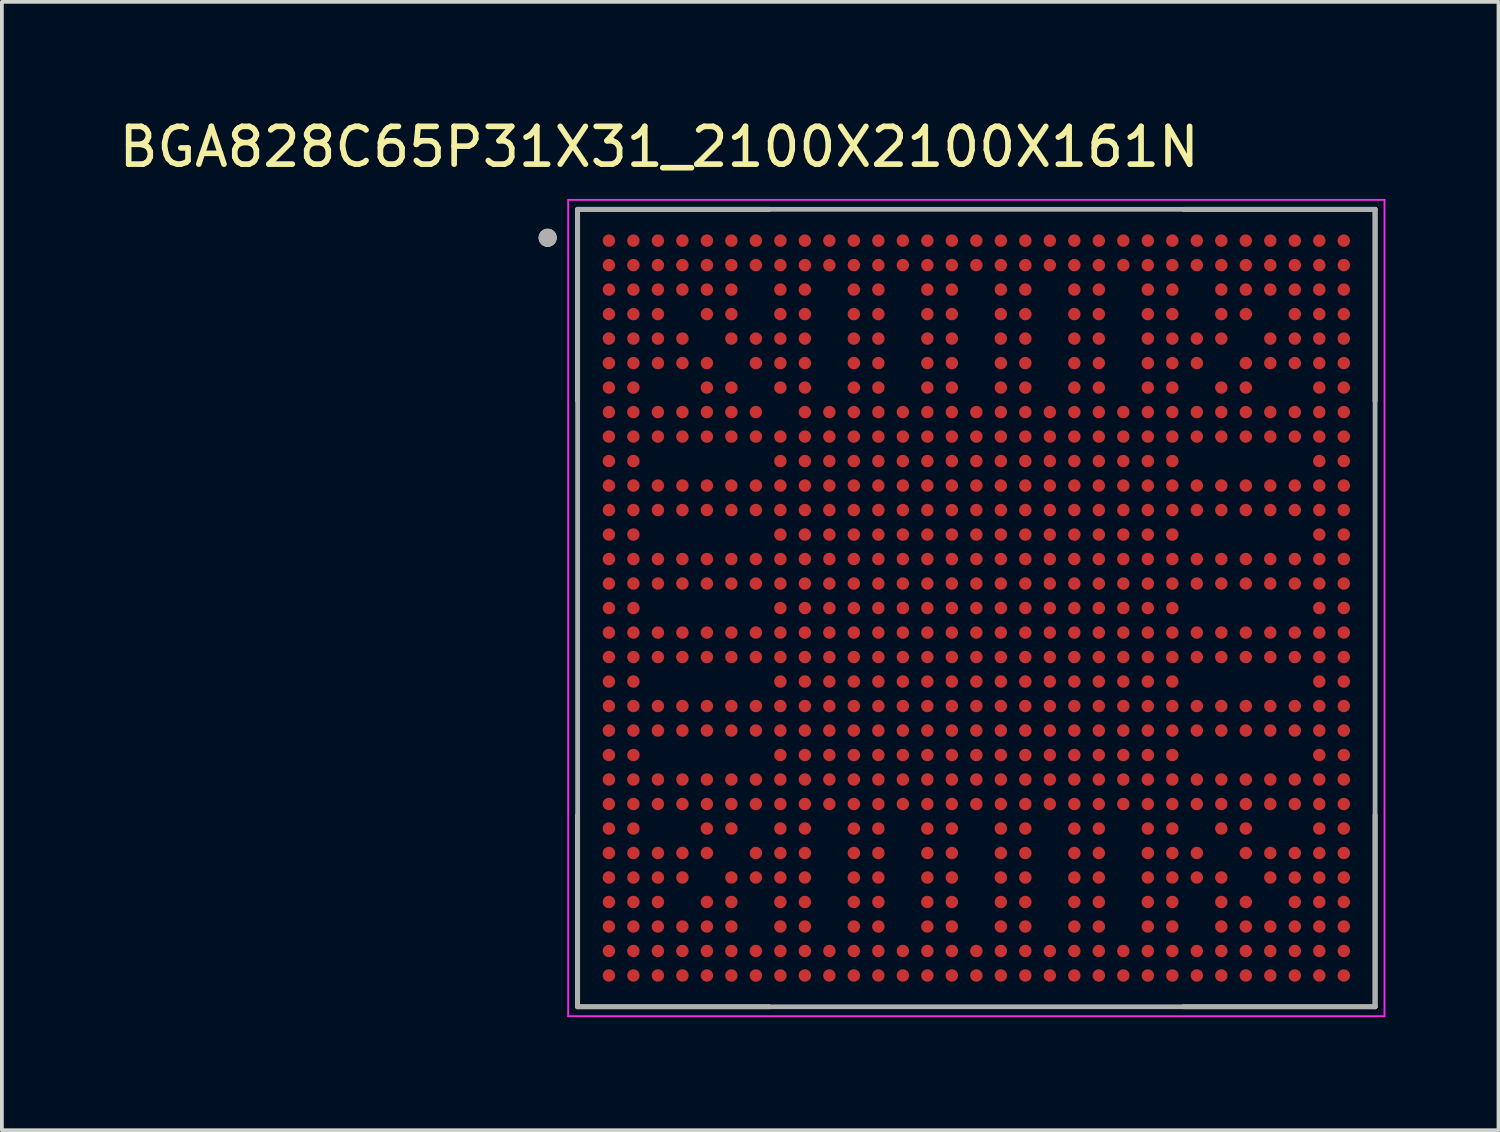
<source format=kicad_pcb>
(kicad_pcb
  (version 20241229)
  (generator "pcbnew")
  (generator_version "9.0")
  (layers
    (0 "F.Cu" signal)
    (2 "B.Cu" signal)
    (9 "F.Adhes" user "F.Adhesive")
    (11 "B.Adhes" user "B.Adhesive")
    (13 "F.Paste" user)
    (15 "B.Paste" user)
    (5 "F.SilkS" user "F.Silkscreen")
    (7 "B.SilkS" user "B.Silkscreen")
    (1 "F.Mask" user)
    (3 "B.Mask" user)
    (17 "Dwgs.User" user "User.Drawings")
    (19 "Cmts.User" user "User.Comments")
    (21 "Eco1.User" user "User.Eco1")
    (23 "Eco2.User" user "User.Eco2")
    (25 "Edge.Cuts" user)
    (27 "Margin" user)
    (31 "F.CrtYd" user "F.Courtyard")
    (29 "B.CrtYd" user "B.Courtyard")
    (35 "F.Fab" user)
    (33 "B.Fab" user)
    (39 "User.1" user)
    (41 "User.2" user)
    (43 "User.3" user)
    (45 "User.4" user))
  (footprint "BGA828C65P31X31_2100X2100X161N"
    (layer "F.Cu")
    (at 22.857 13.084)
    (property "Reference" "BGA828C65P31X31_2100X2100X161N" (at -8.417 -12.235 0) (layer "F.SilkS") (effects (font (size 1.002 1.002) (thickness 0.15))))
    (attr through_hole)
    (fp_line (start -10.58 -5.5) (end -10.58 -10.58) (stroke (width 0.127) (type solid)) (layer "F.SilkS"))
    (fp_line (start -10.58 5.5) (end -10.58 10.58) (stroke (width 0.127) (type solid)) (layer "F.SilkS"))
    (fp_line (start -5.5 -10.58) (end -10.58 -10.58) (stroke (width 0.127) (type solid)) (layer "F.SilkS"))
    (fp_line (start -5.5 10.58) (end -10.58 10.58) (stroke (width 0.127) (type solid)) (layer "F.SilkS"))
    (fp_line (start 5.5 -10.58) (end 10.58 -10.58) (stroke (width 0.127) (type solid)) (layer "F.SilkS"))
    (fp_line (start 5.5 10.58) (end 10.58 10.58) (stroke (width 0.127) (type solid)) (layer "F.SilkS"))
    (fp_line (start 10.58 -5.5) (end 10.58 -10.58) (stroke (width 0.127) (type solid)) (layer "F.SilkS"))
    (fp_line (start 10.58 5.5) (end 10.58 10.58) (stroke (width 0.127) (type solid)) (layer "F.SilkS"))
    (fp_circle (center -11.375 -9.825) (end -11.255 -9.825) (stroke (width 0.24) (type solid)) (fill no) (layer "F.SilkS"))
    (fp_line (start -10.83 -10.83) (end 10.83 -10.83) (stroke (width 0.05) (type solid)) (layer "F.CrtYd"))
    (fp_line (start -10.83 10.83) (end -10.83 -10.83) (stroke (width 0.05) (type solid)) (layer "F.CrtYd"))
    (fp_line (start -10.83 10.83) (end 10.83 10.83) (stroke (width 0.05) (type solid)) (layer "F.CrtYd"))
    (fp_line (start 10.83 10.83) (end 10.83 -10.83) (stroke (width 0.05) (type solid)) (layer "F.CrtYd"))
    (fp_line (start -10.58 10.58) (end -10.58 -10.58) (stroke (width 0.127) (type solid)) (layer "F.Fab"))
    (fp_line (start 10.58 -10.58) (end -10.58 -10.58) (stroke (width 0.127) (type solid)) (layer "F.Fab"))
    (fp_line (start 10.58 10.58) (end -10.58 10.58) (stroke (width 0.127) (type solid)) (layer "F.Fab"))
    (fp_line (start 10.58 10.58) (end 10.58 -10.58) (stroke (width 0.127) (type solid)) (layer "F.Fab"))
    (fp_circle (center -11.375 -9.825) (end -11.255 -9.825) (stroke (width 0.24) (type solid)) (fill no) (layer "F.Fab"))
    (pad "A1" smd circle (at -9.75 -9.75) (size 0.33 0.33) (layers "F.Cu" "F.Mask" "F.Paste"))
    (pad "A2" smd circle (at -9.1 -9.75) (size 0.33 0.33) (layers "F.Cu" "F.Mask" "F.Paste"))
    (pad "A3" smd circle (at -8.45 -9.75) (size 0.33 0.33) (layers "F.Cu" "F.Mask" "F.Paste"))
    (pad "A4" smd circle (at -7.8 -9.75) (size 0.33 0.33) (layers "F.Cu" "F.Mask" "F.Paste"))
    (pad "A5" smd circle (at -7.15 -9.75) (size 0.33 0.33) (layers "F.Cu" "F.Mask" "F.Paste"))
    (pad "A6" smd circle (at -6.5 -9.75) (size 0.33 0.33) (layers "F.Cu" "F.Mask" "F.Paste"))
    (pad "A7" smd circle (at -5.85 -9.75) (size 0.33 0.33) (layers "F.Cu" "F.Mask" "F.Paste"))
    (pad "A8" smd circle (at -5.2 -9.75) (size 0.33 0.33) (layers "F.Cu" "F.Mask" "F.Paste"))
    (pad "A9" smd circle (at -4.55 -9.75) (size 0.33 0.33) (layers "F.Cu" "F.Mask" "F.Paste"))
    (pad "A10" smd circle (at -3.9 -9.75) (size 0.33 0.33) (layers "F.Cu" "F.Mask" "F.Paste"))
    (pad "A11" smd circle (at -3.25 -9.75) (size 0.33 0.33) (layers "F.Cu" "F.Mask" "F.Paste"))
    (pad "A12" smd circle (at -2.6 -9.75) (size 0.33 0.33) (layers "F.Cu" "F.Mask" "F.Paste"))
    (pad "A13" smd circle (at -1.95 -9.75) (size 0.33 0.33) (layers "F.Cu" "F.Mask" "F.Paste"))
    (pad "A14" smd circle (at -1.3 -9.75) (size 0.33 0.33) (layers "F.Cu" "F.Mask" "F.Paste"))
    (pad "A15" smd circle (at -0.65 -9.75) (size 0.33 0.33) (layers "F.Cu" "F.Mask" "F.Paste"))
    (pad "A16" smd circle (at 0 -9.75) (size 0.33 0.33) (layers "F.Cu" "F.Mask" "F.Paste"))
    (pad "A17" smd circle (at 0.65 -9.75) (size 0.33 0.33) (layers "F.Cu" "F.Mask" "F.Paste"))
    (pad "A18" smd circle (at 1.3 -9.75) (size 0.33 0.33) (layers "F.Cu" "F.Mask" "F.Paste"))
    (pad "A19" smd circle (at 1.95 -9.75) (size 0.33 0.33) (layers "F.Cu" "F.Mask" "F.Paste"))
    (pad "A20" smd circle (at 2.6 -9.75) (size 0.33 0.33) (layers "F.Cu" "F.Mask" "F.Paste"))
    (pad "A21" smd circle (at 3.25 -9.75) (size 0.33 0.33) (layers "F.Cu" "F.Mask" "F.Paste"))
    (pad "A22" smd circle (at 3.9 -9.75) (size 0.33 0.33) (layers "F.Cu" "F.Mask" "F.Paste"))
    (pad "A23" smd circle (at 4.55 -9.75) (size 0.33 0.33) (layers "F.Cu" "F.Mask" "F.Paste"))
    (pad "A24" smd circle (at 5.2 -9.75) (size 0.33 0.33) (layers "F.Cu" "F.Mask" "F.Paste"))
    (pad "A25" smd circle (at 5.85 -9.75) (size 0.33 0.33) (layers "F.Cu" "F.Mask" "F.Paste"))
    (pad "A26" smd circle (at 6.5 -9.75) (size 0.33 0.33) (layers "F.Cu" "F.Mask" "F.Paste"))
    (pad "A27" smd circle (at 7.15 -9.75) (size 0.33 0.33) (layers "F.Cu" "F.Mask" "F.Paste"))
    (pad "A28" smd circle (at 7.8 -9.75) (size 0.33 0.33) (layers "F.Cu" "F.Mask" "F.Paste"))
    (pad "A29" smd circle (at 8.45 -9.75) (size 0.33 0.33) (layers "F.Cu" "F.Mask" "F.Paste"))
    (pad "A30" smd circle (at 9.1 -9.75) (size 0.33 0.33) (layers "F.Cu" "F.Mask" "F.Paste"))
    (pad "A31" smd circle (at 9.75 -9.75) (size 0.33 0.33) (layers "F.Cu" "F.Mask" "F.Paste"))
    (pad "AA1" smd circle (at -9.75 3.25) (size 0.33 0.33) (layers "F.Cu" "F.Mask" "F.Paste"))
    (pad "AA2" smd circle (at -9.1 3.25) (size 0.33 0.33) (layers "F.Cu" "F.Mask" "F.Paste"))
    (pad "AA3" smd circle (at -8.45 3.25) (size 0.33 0.33) (layers "F.Cu" "F.Mask" "F.Paste"))
    (pad "AA4" smd circle (at -7.8 3.25) (size 0.33 0.33) (layers "F.Cu" "F.Mask" "F.Paste"))
    (pad "AA5" smd circle (at -7.15 3.25) (size 0.33 0.33) (layers "F.Cu" "F.Mask" "F.Paste"))
    (pad "AA6" smd circle (at -6.5 3.25) (size 0.33 0.33) (layers "F.Cu" "F.Mask" "F.Paste"))
    (pad "AA7" smd circle (at -5.85 3.25) (size 0.33 0.33) (layers "F.Cu" "F.Mask" "F.Paste"))
    (pad "AA8" smd circle (at -5.2 3.25) (size 0.33 0.33) (layers "F.Cu" "F.Mask" "F.Paste"))
    (pad "AA9" smd circle (at -4.55 3.25) (size 0.33 0.33) (layers "F.Cu" "F.Mask" "F.Paste"))
    (pad "AA10" smd circle (at -3.9 3.25) (size 0.33 0.33) (layers "F.Cu" "F.Mask" "F.Paste"))
    (pad "AA11" smd circle (at -3.25 3.25) (size 0.33 0.33) (layers "F.Cu" "F.Mask" "F.Paste"))
    (pad "AA12" smd circle (at -2.6 3.25) (size 0.33 0.33) (layers "F.Cu" "F.Mask" "F.Paste"))
    (pad "AA13" smd circle (at -1.95 3.25) (size 0.33 0.33) (layers "F.Cu" "F.Mask" "F.Paste"))
    (pad "AA14" smd circle (at -1.3 3.25) (size 0.33 0.33) (layers "F.Cu" "F.Mask" "F.Paste"))
    (pad "AA15" smd circle (at -0.65 3.25) (size 0.33 0.33) (layers "F.Cu" "F.Mask" "F.Paste"))
    (pad "AA16" smd circle (at 0 3.25) (size 0.33 0.33) (layers "F.Cu" "F.Mask" "F.Paste"))
    (pad "AA17" smd circle (at 0.65 3.25) (size 0.33 0.33) (layers "F.Cu" "F.Mask" "F.Paste"))
    (pad "AA18" smd circle (at 1.3 3.25) (size 0.33 0.33) (layers "F.Cu" "F.Mask" "F.Paste"))
    (pad "AA19" smd circle (at 1.95 3.25) (size 0.33 0.33) (layers "F.Cu" "F.Mask" "F.Paste"))
    (pad "AA20" smd circle (at 2.6 3.25) (size 0.33 0.33) (layers "F.Cu" "F.Mask" "F.Paste"))
    (pad "AA21" smd circle (at 3.25 3.25) (size 0.33 0.33) (layers "F.Cu" "F.Mask" "F.Paste"))
    (pad "AA22" smd circle (at 3.9 3.25) (size 0.33 0.33) (layers "F.Cu" "F.Mask" "F.Paste"))
    (pad "AA23" smd circle (at 4.55 3.25) (size 0.33 0.33) (layers "F.Cu" "F.Mask" "F.Paste"))
    (pad "AA24" smd circle (at 5.2 3.25) (size 0.33 0.33) (layers "F.Cu" "F.Mask" "F.Paste"))
    (pad "AA25" smd circle (at 5.85 3.25) (size 0.33 0.33) (layers "F.Cu" "F.Mask" "F.Paste"))
    (pad "AA26" smd circle (at 6.5 3.25) (size 0.33 0.33) (layers "F.Cu" "F.Mask" "F.Paste"))
    (pad "AA27" smd circle (at 7.15 3.25) (size 0.33 0.33) (layers "F.Cu" "F.Mask" "F.Paste"))
    (pad "AA28" smd circle (at 7.8 3.25) (size 0.33 0.33) (layers "F.Cu" "F.Mask" "F.Paste"))
    (pad "AA29" smd circle (at 8.45 3.25) (size 0.33 0.33) (layers "F.Cu" "F.Mask" "F.Paste"))
    (pad "AA30" smd circle (at 9.1 3.25) (size 0.33 0.33) (layers "F.Cu" "F.Mask" "F.Paste"))
    (pad "AA31" smd circle (at 9.75 3.25) (size 0.33 0.33) (layers "F.Cu" "F.Mask" "F.Paste"))
    (pad "AB1" smd circle (at -9.75 3.9) (size 0.33 0.33) (layers "F.Cu" "F.Mask" "F.Paste"))
    (pad "AB2" smd circle (at -9.1 3.9) (size 0.33 0.33) (layers "F.Cu" "F.Mask" "F.Paste"))
    (pad "AB8" smd circle (at -5.2 3.9) (size 0.33 0.33) (layers "F.Cu" "F.Mask" "F.Paste"))
    (pad "AB9" smd circle (at -4.55 3.9) (size 0.33 0.33) (layers "F.Cu" "F.Mask" "F.Paste"))
    (pad "AB10" smd circle (at -3.9 3.9) (size 0.33 0.33) (layers "F.Cu" "F.Mask" "F.Paste"))
    (pad "AB11" smd circle (at -3.25 3.9) (size 0.33 0.33) (layers "F.Cu" "F.Mask" "F.Paste"))
    (pad "AB12" smd circle (at -2.6 3.9) (size 0.33 0.33) (layers "F.Cu" "F.Mask" "F.Paste"))
    (pad "AB13" smd circle (at -1.95 3.9) (size 0.33 0.33) (layers "F.Cu" "F.Mask" "F.Paste"))
    (pad "AB14" smd circle (at -1.3 3.9) (size 0.33 0.33) (layers "F.Cu" "F.Mask" "F.Paste"))
    (pad "AB15" smd circle (at -0.65 3.9) (size 0.33 0.33) (layers "F.Cu" "F.Mask" "F.Paste"))
    (pad "AB16" smd circle (at 0 3.9) (size 0.33 0.33) (layers "F.Cu" "F.Mask" "F.Paste"))
    (pad "AB17" smd circle (at 0.65 3.9) (size 0.33 0.33) (layers "F.Cu" "F.Mask" "F.Paste"))
    (pad "AB18" smd circle (at 1.3 3.9) (size 0.33 0.33) (layers "F.Cu" "F.Mask" "F.Paste"))
    (pad "AB19" smd circle (at 1.95 3.9) (size 0.33 0.33) (layers "F.Cu" "F.Mask" "F.Paste"))
    (pad "AB20" smd circle (at 2.6 3.9) (size 0.33 0.33) (layers "F.Cu" "F.Mask" "F.Paste"))
    (pad "AB21" smd circle (at 3.25 3.9) (size 0.33 0.33) (layers "F.Cu" "F.Mask" "F.Paste"))
    (pad "AB22" smd circle (at 3.9 3.9) (size 0.33 0.33) (layers "F.Cu" "F.Mask" "F.Paste"))
    (pad "AB23" smd circle (at 4.55 3.9) (size 0.33 0.33) (layers "F.Cu" "F.Mask" "F.Paste"))
    (pad "AB24" smd circle (at 5.2 3.9) (size 0.33 0.33) (layers "F.Cu" "F.Mask" "F.Paste"))
    (pad "AB30" smd circle (at 9.1 3.9) (size 0.33 0.33) (layers "F.Cu" "F.Mask" "F.Paste"))
    (pad "AB31" smd circle (at 9.75 3.9) (size 0.33 0.33) (layers "F.Cu" "F.Mask" "F.Paste"))
    (pad "AC1" smd circle (at -9.75 4.55) (size 0.33 0.33) (layers "F.Cu" "F.Mask" "F.Paste"))
    (pad "AC2" smd circle (at -9.1 4.55) (size 0.33 0.33) (layers "F.Cu" "F.Mask" "F.Paste"))
    (pad "AC3" smd circle (at -8.45 4.55) (size 0.33 0.33) (layers "F.Cu" "F.Mask" "F.Paste"))
    (pad "AC4" smd circle (at -7.8 4.55) (size 0.33 0.33) (layers "F.Cu" "F.Mask" "F.Paste"))
    (pad "AC5" smd circle (at -7.15 4.55) (size 0.33 0.33) (layers "F.Cu" "F.Mask" "F.Paste"))
    (pad "AC6" smd circle (at -6.5 4.55) (size 0.33 0.33) (layers "F.Cu" "F.Mask" "F.Paste"))
    (pad "AC7" smd circle (at -5.85 4.55) (size 0.33 0.33) (layers "F.Cu" "F.Mask" "F.Paste"))
    (pad "AC8" smd circle (at -5.2 4.55) (size 0.33 0.33) (layers "F.Cu" "F.Mask" "F.Paste"))
    (pad "AC9" smd circle (at -4.55 4.55) (size 0.33 0.33) (layers "F.Cu" "F.Mask" "F.Paste"))
    (pad "AC10" smd circle (at -3.9 4.55) (size 0.33 0.33) (layers "F.Cu" "F.Mask" "F.Paste"))
    (pad "AC11" smd circle (at -3.25 4.55) (size 0.33 0.33) (layers "F.Cu" "F.Mask" "F.Paste"))
    (pad "AC12" smd circle (at -2.6 4.55) (size 0.33 0.33) (layers "F.Cu" "F.Mask" "F.Paste"))
    (pad "AC13" smd circle (at -1.95 4.55) (size 0.33 0.33) (layers "F.Cu" "F.Mask" "F.Paste"))
    (pad "AC14" smd circle (at -1.3 4.55) (size 0.33 0.33) (layers "F.Cu" "F.Mask" "F.Paste"))
    (pad "AC15" smd circle (at -0.65 4.55) (size 0.33 0.33) (layers "F.Cu" "F.Mask" "F.Paste"))
    (pad "AC16" smd circle (at 0 4.55) (size 0.33 0.33) (layers "F.Cu" "F.Mask" "F.Paste"))
    (pad "AC17" smd circle (at 0.65 4.55) (size 0.33 0.33) (layers "F.Cu" "F.Mask" "F.Paste"))
    (pad "AC18" smd circle (at 1.3 4.55) (size 0.33 0.33) (layers "F.Cu" "F.Mask" "F.Paste"))
    (pad "AC19" smd circle (at 1.95 4.55) (size 0.33 0.33) (layers "F.Cu" "F.Mask" "F.Paste"))
    (pad "AC20" smd circle (at 2.6 4.55) (size 0.33 0.33) (layers "F.Cu" "F.Mask" "F.Paste"))
    (pad "AC21" smd circle (at 3.25 4.55) (size 0.33 0.33) (layers "F.Cu" "F.Mask" "F.Paste"))
    (pad "AC22" smd circle (at 3.9 4.55) (size 0.33 0.33) (layers "F.Cu" "F.Mask" "F.Paste"))
    (pad "AC23" smd circle (at 4.55 4.55) (size 0.33 0.33) (layers "F.Cu" "F.Mask" "F.Paste"))
    (pad "AC24" smd circle (at 5.2 4.55) (size 0.33 0.33) (layers "F.Cu" "F.Mask" "F.Paste"))
    (pad "AC25" smd circle (at 5.85 4.55) (size 0.33 0.33) (layers "F.Cu" "F.Mask" "F.Paste"))
    (pad "AC26" smd circle (at 6.5 4.55) (size 0.33 0.33) (layers "F.Cu" "F.Mask" "F.Paste"))
    (pad "AC27" smd circle (at 7.15 4.55) (size 0.33 0.33) (layers "F.Cu" "F.Mask" "F.Paste"))
    (pad "AC28" smd circle (at 7.8 4.55) (size 0.33 0.33) (layers "F.Cu" "F.Mask" "F.Paste"))
    (pad "AC29" smd circle (at 8.45 4.55) (size 0.33 0.33) (layers "F.Cu" "F.Mask" "F.Paste"))
    (pad "AC30" smd circle (at 9.1 4.55) (size 0.33 0.33) (layers "F.Cu" "F.Mask" "F.Paste"))
    (pad "AC31" smd circle (at 9.75 4.55) (size 0.33 0.33) (layers "F.Cu" "F.Mask" "F.Paste"))
    (pad "AD1" smd circle (at -9.75 5.2) (size 0.33 0.33) (layers "F.Cu" "F.Mask" "F.Paste"))
    (pad "AD2" smd circle (at -9.1 5.2) (size 0.33 0.33) (layers "F.Cu" "F.Mask" "F.Paste"))
    (pad "AD3" smd circle (at -8.45 5.2) (size 0.33 0.33) (layers "F.Cu" "F.Mask" "F.Paste"))
    (pad "AD4" smd circle (at -7.8 5.2) (size 0.33 0.33) (layers "F.Cu" "F.Mask" "F.Paste"))
    (pad "AD5" smd circle (at -7.15 5.2) (size 0.33 0.33) (layers "F.Cu" "F.Mask" "F.Paste"))
    (pad "AD6" smd circle (at -6.5 5.2) (size 0.33 0.33) (layers "F.Cu" "F.Mask" "F.Paste"))
    (pad "AD7" smd circle (at -5.85 5.2) (size 0.33 0.33) (layers "F.Cu" "F.Mask" "F.Paste"))
    (pad "AD8" smd circle (at -5.2 5.2) (size 0.33 0.33) (layers "F.Cu" "F.Mask" "F.Paste"))
    (pad "AD9" smd circle (at -4.55 5.2) (size 0.33 0.33) (layers "F.Cu" "F.Mask" "F.Paste"))
    (pad "AD10" smd circle (at -3.9 5.2) (size 0.33 0.33) (layers "F.Cu" "F.Mask" "F.Paste"))
    (pad "AD11" smd circle (at -3.25 5.2) (size 0.33 0.33) (layers "F.Cu" "F.Mask" "F.Paste"))
    (pad "AD12" smd circle (at -2.6 5.2) (size 0.33 0.33) (layers "F.Cu" "F.Mask" "F.Paste"))
    (pad "AD13" smd circle (at -1.95 5.2) (size 0.33 0.33) (layers "F.Cu" "F.Mask" "F.Paste"))
    (pad "AD14" smd circle (at -1.3 5.2) (size 0.33 0.33) (layers "F.Cu" "F.Mask" "F.Paste"))
    (pad "AD15" smd circle (at -0.65 5.2) (size 0.33 0.33) (layers "F.Cu" "F.Mask" "F.Paste"))
    (pad "AD16" smd circle (at 0 5.2) (size 0.33 0.33) (layers "F.Cu" "F.Mask" "F.Paste"))
    (pad "AD17" smd circle (at 0.65 5.2) (size 0.33 0.33) (layers "F.Cu" "F.Mask" "F.Paste"))
    (pad "AD18" smd circle (at 1.3 5.2) (size 0.33 0.33) (layers "F.Cu" "F.Mask" "F.Paste"))
    (pad "AD19" smd circle (at 1.95 5.2) (size 0.33 0.33) (layers "F.Cu" "F.Mask" "F.Paste"))
    (pad "AD20" smd circle (at 2.6 5.2) (size 0.33 0.33) (layers "F.Cu" "F.Mask" "F.Paste"))
    (pad "AD21" smd circle (at 3.25 5.2) (size 0.33 0.33) (layers "F.Cu" "F.Mask" "F.Paste"))
    (pad "AD22" smd circle (at 3.9 5.2) (size 0.33 0.33) (layers "F.Cu" "F.Mask" "F.Paste"))
    (pad "AD23" smd circle (at 4.55 5.2) (size 0.33 0.33) (layers "F.Cu" "F.Mask" "F.Paste"))
    (pad "AD24" smd circle (at 5.2 5.2) (size 0.33 0.33) (layers "F.Cu" "F.Mask" "F.Paste"))
    (pad "AD25" smd circle (at 5.85 5.2) (size 0.33 0.33) (layers "F.Cu" "F.Mask" "F.Paste"))
    (pad "AD26" smd circle (at 6.5 5.2) (size 0.33 0.33) (layers "F.Cu" "F.Mask" "F.Paste"))
    (pad "AD27" smd circle (at 7.15 5.2) (size 0.33 0.33) (layers "F.Cu" "F.Mask" "F.Paste"))
    (pad "AD28" smd circle (at 7.8 5.2) (size 0.33 0.33) (layers "F.Cu" "F.Mask" "F.Paste"))
    (pad "AD29" smd circle (at 8.45 5.2) (size 0.33 0.33) (layers "F.Cu" "F.Mask" "F.Paste"))
    (pad "AD30" smd circle (at 9.1 5.2) (size 0.33 0.33) (layers "F.Cu" "F.Mask" "F.Paste"))
    (pad "AD31" smd circle (at 9.75 5.2) (size 0.33 0.33) (layers "F.Cu" "F.Mask" "F.Paste"))
    (pad "AE1" smd circle (at -9.75 5.85) (size 0.33 0.33) (layers "F.Cu" "F.Mask" "F.Paste"))
    (pad "AE2" smd circle (at -9.1 5.85) (size 0.33 0.33) (layers "F.Cu" "F.Mask" "F.Paste"))
    (pad "AE5" smd circle (at -7.15 5.85) (size 0.33 0.33) (layers "F.Cu" "F.Mask" "F.Paste"))
    (pad "AE6" smd circle (at -6.5 5.85) (size 0.33 0.33) (layers "F.Cu" "F.Mask" "F.Paste"))
    (pad "AE8" smd circle (at -5.2 5.85) (size 0.33 0.33) (layers "F.Cu" "F.Mask" "F.Paste"))
    (pad "AE9" smd circle (at -4.55 5.85) (size 0.33 0.33) (layers "F.Cu" "F.Mask" "F.Paste"))
    (pad "AE11" smd circle (at -3.25 5.85) (size 0.33 0.33) (layers "F.Cu" "F.Mask" "F.Paste"))
    (pad "AE12" smd circle (at -2.6 5.85) (size 0.33 0.33) (layers "F.Cu" "F.Mask" "F.Paste"))
    (pad "AE14" smd circle (at -1.3 5.85) (size 0.33 0.33) (layers "F.Cu" "F.Mask" "F.Paste"))
    (pad "AE15" smd circle (at -0.65 5.85) (size 0.33 0.33) (layers "F.Cu" "F.Mask" "F.Paste"))
    (pad "AE17" smd circle (at 0.65 5.85) (size 0.33 0.33) (layers "F.Cu" "F.Mask" "F.Paste"))
    (pad "AE18" smd circle (at 1.3 5.85) (size 0.33 0.33) (layers "F.Cu" "F.Mask" "F.Paste"))
    (pad "AE20" smd circle (at 2.6 5.85) (size 0.33 0.33) (layers "F.Cu" "F.Mask" "F.Paste"))
    (pad "AE21" smd circle (at 3.25 5.85) (size 0.33 0.33) (layers "F.Cu" "F.Mask" "F.Paste"))
    (pad "AE23" smd circle (at 4.55 5.85) (size 0.33 0.33) (layers "F.Cu" "F.Mask" "F.Paste"))
    (pad "AE24" smd circle (at 5.2 5.85) (size 0.33 0.33) (layers "F.Cu" "F.Mask" "F.Paste"))
    (pad "AE26" smd circle (at 6.5 5.85) (size 0.33 0.33) (layers "F.Cu" "F.Mask" "F.Paste"))
    (pad "AE27" smd circle (at 7.15 5.85) (size 0.33 0.33) (layers "F.Cu" "F.Mask" "F.Paste"))
    (pad "AE30" smd circle (at 9.1 5.85) (size 0.33 0.33) (layers "F.Cu" "F.Mask" "F.Paste"))
    (pad "AE31" smd circle (at 9.75 5.85) (size 0.33 0.33) (layers "F.Cu" "F.Mask" "F.Paste"))
    (pad "AF1" smd circle (at -9.75 6.5) (size 0.33 0.33) (layers "F.Cu" "F.Mask" "F.Paste"))
    (pad "AF2" smd circle (at -9.1 6.5) (size 0.33 0.33) (layers "F.Cu" "F.Mask" "F.Paste"))
    (pad "AF3" smd circle (at -8.45 6.5) (size 0.33 0.33) (layers "F.Cu" "F.Mask" "F.Paste"))
    (pad "AF4" smd circle (at -7.8 6.5) (size 0.33 0.33) (layers "F.Cu" "F.Mask" "F.Paste"))
    (pad "AF5" smd circle (at -7.15 6.5) (size 0.33 0.33) (layers "F.Cu" "F.Mask" "F.Paste"))
    (pad "AF7" smd circle (at -5.85 6.5) (size 0.33 0.33) (layers "F.Cu" "F.Mask" "F.Paste"))
    (pad "AF8" smd circle (at -5.2 6.5) (size 0.33 0.33) (layers "F.Cu" "F.Mask" "F.Paste"))
    (pad "AF9" smd circle (at -4.55 6.5) (size 0.33 0.33) (layers "F.Cu" "F.Mask" "F.Paste"))
    (pad "AF11" smd circle (at -3.25 6.5) (size 0.33 0.33) (layers "F.Cu" "F.Mask" "F.Paste"))
    (pad "AF12" smd circle (at -2.6 6.5) (size 0.33 0.33) (layers "F.Cu" "F.Mask" "F.Paste"))
    (pad "AF14" smd circle (at -1.3 6.5) (size 0.33 0.33) (layers "F.Cu" "F.Mask" "F.Paste"))
    (pad "AF15" smd circle (at -0.65 6.5) (size 0.33 0.33) (layers "F.Cu" "F.Mask" "F.Paste"))
    (pad "AF17" smd circle (at 0.65 6.5) (size 0.33 0.33) (layers "F.Cu" "F.Mask" "F.Paste"))
    (pad "AF18" smd circle (at 1.3 6.5) (size 0.33 0.33) (layers "F.Cu" "F.Mask" "F.Paste"))
    (pad "AF20" smd circle (at 2.6 6.5) (size 0.33 0.33) (layers "F.Cu" "F.Mask" "F.Paste"))
    (pad "AF21" smd circle (at 3.25 6.5) (size 0.33 0.33) (layers "F.Cu" "F.Mask" "F.Paste"))
    (pad "AF23" smd circle (at 4.55 6.5) (size 0.33 0.33) (layers "F.Cu" "F.Mask" "F.Paste"))
    (pad "AF24" smd circle (at 5.2 6.5) (size 0.33 0.33) (layers "F.Cu" "F.Mask" "F.Paste"))
    (pad "AF25" smd circle (at 5.85 6.5) (size 0.33 0.33) (layers "F.Cu" "F.Mask" "F.Paste"))
    (pad "AF27" smd circle (at 7.15 6.5) (size 0.33 0.33) (layers "F.Cu" "F.Mask" "F.Paste"))
    (pad "AF28" smd circle (at 7.8 6.5) (size 0.33 0.33) (layers "F.Cu" "F.Mask" "F.Paste"))
    (pad "AF29" smd circle (at 8.45 6.5) (size 0.33 0.33) (layers "F.Cu" "F.Mask" "F.Paste"))
    (pad "AF30" smd circle (at 9.1 6.5) (size 0.33 0.33) (layers "F.Cu" "F.Mask" "F.Paste"))
    (pad "AF31" smd circle (at 9.75 6.5) (size 0.33 0.33) (layers "F.Cu" "F.Mask" "F.Paste"))
    (pad "AG1" smd circle (at -9.75 7.15) (size 0.33 0.33) (layers "F.Cu" "F.Mask" "F.Paste"))
    (pad "AG2" smd circle (at -9.1 7.15) (size 0.33 0.33) (layers "F.Cu" "F.Mask" "F.Paste"))
    (pad "AG3" smd circle (at -8.45 7.15) (size 0.33 0.33) (layers "F.Cu" "F.Mask" "F.Paste"))
    (pad "AG4" smd circle (at -7.8 7.15) (size 0.33 0.33) (layers "F.Cu" "F.Mask" "F.Paste"))
    (pad "AG6" smd circle (at -6.5 7.15) (size 0.33 0.33) (layers "F.Cu" "F.Mask" "F.Paste"))
    (pad "AG7" smd circle (at -5.85 7.15) (size 0.33 0.33) (layers "F.Cu" "F.Mask" "F.Paste"))
    (pad "AG8" smd circle (at -5.2 7.15) (size 0.33 0.33) (layers "F.Cu" "F.Mask" "F.Paste"))
    (pad "AG9" smd circle (at -4.55 7.15) (size 0.33 0.33) (layers "F.Cu" "F.Mask" "F.Paste"))
    (pad "AG11" smd circle (at -3.25 7.15) (size 0.33 0.33) (layers "F.Cu" "F.Mask" "F.Paste"))
    (pad "AG12" smd circle (at -2.6 7.15) (size 0.33 0.33) (layers "F.Cu" "F.Mask" "F.Paste"))
    (pad "AG14" smd circle (at -1.3 7.15) (size 0.33 0.33) (layers "F.Cu" "F.Mask" "F.Paste"))
    (pad "AG15" smd circle (at -0.65 7.15) (size 0.33 0.33) (layers "F.Cu" "F.Mask" "F.Paste"))
    (pad "AG17" smd circle (at 0.65 7.15) (size 0.33 0.33) (layers "F.Cu" "F.Mask" "F.Paste"))
    (pad "AG18" smd circle (at 1.3 7.15) (size 0.33 0.33) (layers "F.Cu" "F.Mask" "F.Paste"))
    (pad "AG20" smd circle (at 2.6 7.15) (size 0.33 0.33) (layers "F.Cu" "F.Mask" "F.Paste"))
    (pad "AG21" smd circle (at 3.25 7.15) (size 0.33 0.33) (layers "F.Cu" "F.Mask" "F.Paste"))
    (pad "AG23" smd circle (at 4.55 7.15) (size 0.33 0.33) (layers "F.Cu" "F.Mask" "F.Paste"))
    (pad "AG24" smd circle (at 5.2 7.15) (size 0.33 0.33) (layers "F.Cu" "F.Mask" "F.Paste"))
    (pad "AG25" smd circle (at 5.85 7.15) (size 0.33 0.33) (layers "F.Cu" "F.Mask" "F.Paste"))
    (pad "AG26" smd circle (at 6.5 7.15) (size 0.33 0.33) (layers "F.Cu" "F.Mask" "F.Paste"))
    (pad "AG28" smd circle (at 7.8 7.15) (size 0.33 0.33) (layers "F.Cu" "F.Mask" "F.Paste"))
    (pad "AG29" smd circle (at 8.45 7.15) (size 0.33 0.33) (layers "F.Cu" "F.Mask" "F.Paste"))
    (pad "AG30" smd circle (at 9.1 7.15) (size 0.33 0.33) (layers "F.Cu" "F.Mask" "F.Paste"))
    (pad "AG31" smd circle (at 9.75 7.15) (size 0.33 0.33) (layers "F.Cu" "F.Mask" "F.Paste"))
    (pad "AH1" smd circle (at -9.75 7.8) (size 0.33 0.33) (layers "F.Cu" "F.Mask" "F.Paste"))
    (pad "AH2" smd circle (at -9.1 7.8) (size 0.33 0.33) (layers "F.Cu" "F.Mask" "F.Paste"))
    (pad "AH3" smd circle (at -8.45 7.8) (size 0.33 0.33) (layers "F.Cu" "F.Mask" "F.Paste"))
    (pad "AH5" smd circle (at -7.15 7.8) (size 0.33 0.33) (layers "F.Cu" "F.Mask" "F.Paste"))
    (pad "AH6" smd circle (at -6.5 7.8) (size 0.33 0.33) (layers "F.Cu" "F.Mask" "F.Paste"))
    (pad "AH8" smd circle (at -5.2 7.8) (size 0.33 0.33) (layers "F.Cu" "F.Mask" "F.Paste"))
    (pad "AH9" smd circle (at -4.55 7.8) (size 0.33 0.33) (layers "F.Cu" "F.Mask" "F.Paste"))
    (pad "AH11" smd circle (at -3.25 7.8) (size 0.33 0.33) (layers "F.Cu" "F.Mask" "F.Paste"))
    (pad "AH12" smd circle (at -2.6 7.8) (size 0.33 0.33) (layers "F.Cu" "F.Mask" "F.Paste"))
    (pad "AH14" smd circle (at -1.3 7.8) (size 0.33 0.33) (layers "F.Cu" "F.Mask" "F.Paste"))
    (pad "AH15" smd circle (at -0.65 7.8) (size 0.33 0.33) (layers "F.Cu" "F.Mask" "F.Paste"))
    (pad "AH17" smd circle (at 0.65 7.8) (size 0.33 0.33) (layers "F.Cu" "F.Mask" "F.Paste"))
    (pad "AH18" smd circle (at 1.3 7.8) (size 0.33 0.33) (layers "F.Cu" "F.Mask" "F.Paste"))
    (pad "AH20" smd circle (at 2.6 7.8) (size 0.33 0.33) (layers "F.Cu" "F.Mask" "F.Paste"))
    (pad "AH21" smd circle (at 3.25 7.8) (size 0.33 0.33) (layers "F.Cu" "F.Mask" "F.Paste"))
    (pad "AH23" smd circle (at 4.55 7.8) (size 0.33 0.33) (layers "F.Cu" "F.Mask" "F.Paste"))
    (pad "AH24" smd circle (at 5.2 7.8) (size 0.33 0.33) (layers "F.Cu" "F.Mask" "F.Paste"))
    (pad "AH26" smd circle (at 6.5 7.8) (size 0.33 0.33) (layers "F.Cu" "F.Mask" "F.Paste"))
    (pad "AH27" smd circle (at 7.15 7.8) (size 0.33 0.33) (layers "F.Cu" "F.Mask" "F.Paste"))
    (pad "AH29" smd circle (at 8.45 7.8) (size 0.33 0.33) (layers "F.Cu" "F.Mask" "F.Paste"))
    (pad "AH30" smd circle (at 9.1 7.8) (size 0.33 0.33) (layers "F.Cu" "F.Mask" "F.Paste"))
    (pad "AH31" smd circle (at 9.75 7.8) (size 0.33 0.33) (layers "F.Cu" "F.Mask" "F.Paste"))
    (pad "AJ1" smd circle (at -9.75 8.45) (size 0.33 0.33) (layers "F.Cu" "F.Mask" "F.Paste"))
    (pad "AJ2" smd circle (at -9.1 8.45) (size 0.33 0.33) (layers "F.Cu" "F.Mask" "F.Paste"))
    (pad "AJ3" smd circle (at -8.45 8.45) (size 0.33 0.33) (layers "F.Cu" "F.Mask" "F.Paste"))
    (pad "AJ4" smd circle (at -7.8 8.45) (size 0.33 0.33) (layers "F.Cu" "F.Mask" "F.Paste"))
    (pad "AJ5" smd circle (at -7.15 8.45) (size 0.33 0.33) (layers "F.Cu" "F.Mask" "F.Paste"))
    (pad "AJ6" smd circle (at -6.5 8.45) (size 0.33 0.33) (layers "F.Cu" "F.Mask" "F.Paste"))
    (pad "AJ8" smd circle (at -5.2 8.45) (size 0.33 0.33) (layers "F.Cu" "F.Mask" "F.Paste"))
    (pad "AJ9" smd circle (at -4.55 8.45) (size 0.33 0.33) (layers "F.Cu" "F.Mask" "F.Paste"))
    (pad "AJ11" smd circle (at -3.25 8.45) (size 0.33 0.33) (layers "F.Cu" "F.Mask" "F.Paste"))
    (pad "AJ12" smd circle (at -2.6 8.45) (size 0.33 0.33) (layers "F.Cu" "F.Mask" "F.Paste"))
    (pad "AJ14" smd circle (at -1.3 8.45) (size 0.33 0.33) (layers "F.Cu" "F.Mask" "F.Paste"))
    (pad "AJ15" smd circle (at -0.65 8.45) (size 0.33 0.33) (layers "F.Cu" "F.Mask" "F.Paste"))
    (pad "AJ17" smd circle (at 0.65 8.45) (size 0.33 0.33) (layers "F.Cu" "F.Mask" "F.Paste"))
    (pad "AJ18" smd circle (at 1.3 8.45) (size 0.33 0.33) (layers "F.Cu" "F.Mask" "F.Paste"))
    (pad "AJ20" smd circle (at 2.6 8.45) (size 0.33 0.33) (layers "F.Cu" "F.Mask" "F.Paste"))
    (pad "AJ21" smd circle (at 3.25 8.45) (size 0.33 0.33) (layers "F.Cu" "F.Mask" "F.Paste"))
    (pad "AJ23" smd circle (at 4.55 8.45) (size 0.33 0.33) (layers "F.Cu" "F.Mask" "F.Paste"))
    (pad "AJ24" smd circle (at 5.2 8.45) (size 0.33 0.33) (layers "F.Cu" "F.Mask" "F.Paste"))
    (pad "AJ26" smd circle (at 6.5 8.45) (size 0.33 0.33) (layers "F.Cu" "F.Mask" "F.Paste"))
    (pad "AJ27" smd circle (at 7.15 8.45) (size 0.33 0.33) (layers "F.Cu" "F.Mask" "F.Paste"))
    (pad "AJ28" smd circle (at 7.8 8.45) (size 0.33 0.33) (layers "F.Cu" "F.Mask" "F.Paste"))
    (pad "AJ29" smd circle (at 8.45 8.45) (size 0.33 0.33) (layers "F.Cu" "F.Mask" "F.Paste"))
    (pad "AJ30" smd circle (at 9.1 8.45) (size 0.33 0.33) (layers "F.Cu" "F.Mask" "F.Paste"))
    (pad "AJ31" smd circle (at 9.75 8.45) (size 0.33 0.33) (layers "F.Cu" "F.Mask" "F.Paste"))
    (pad "AK1" smd circle (at -9.75 9.1) (size 0.33 0.33) (layers "F.Cu" "F.Mask" "F.Paste"))
    (pad "AK2" smd circle (at -9.1 9.1) (size 0.33 0.33) (layers "F.Cu" "F.Mask" "F.Paste"))
    (pad "AK3" smd circle (at -8.45 9.1) (size 0.33 0.33) (layers "F.Cu" "F.Mask" "F.Paste"))
    (pad "AK4" smd circle (at -7.8 9.1) (size 0.33 0.33) (layers "F.Cu" "F.Mask" "F.Paste"))
    (pad "AK5" smd circle (at -7.15 9.1) (size 0.33 0.33) (layers "F.Cu" "F.Mask" "F.Paste"))
    (pad "AK6" smd circle (at -6.5 9.1) (size 0.33 0.33) (layers "F.Cu" "F.Mask" "F.Paste"))
    (pad "AK7" smd circle (at -5.85 9.1) (size 0.33 0.33) (layers "F.Cu" "F.Mask" "F.Paste"))
    (pad "AK8" smd circle (at -5.2 9.1) (size 0.33 0.33) (layers "F.Cu" "F.Mask" "F.Paste"))
    (pad "AK9" smd circle (at -4.55 9.1) (size 0.33 0.33) (layers "F.Cu" "F.Mask" "F.Paste"))
    (pad "AK10" smd circle (at -3.9 9.1) (size 0.33 0.33) (layers "F.Cu" "F.Mask" "F.Paste"))
    (pad "AK11" smd circle (at -3.25 9.1) (size 0.33 0.33) (layers "F.Cu" "F.Mask" "F.Paste"))
    (pad "AK12" smd circle (at -2.6 9.1) (size 0.33 0.33) (layers "F.Cu" "F.Mask" "F.Paste"))
    (pad "AK13" smd circle (at -1.95 9.1) (size 0.33 0.33) (layers "F.Cu" "F.Mask" "F.Paste"))
    (pad "AK14" smd circle (at -1.3 9.1) (size 0.33 0.33) (layers "F.Cu" "F.Mask" "F.Paste"))
    (pad "AK15" smd circle (at -0.65 9.1) (size 0.33 0.33) (layers "F.Cu" "F.Mask" "F.Paste"))
    (pad "AK16" smd circle (at 0 9.1) (size 0.33 0.33) (layers "F.Cu" "F.Mask" "F.Paste"))
    (pad "AK17" smd circle (at 0.65 9.1) (size 0.33 0.33) (layers "F.Cu" "F.Mask" "F.Paste"))
    (pad "AK18" smd circle (at 1.3 9.1) (size 0.33 0.33) (layers "F.Cu" "F.Mask" "F.Paste"))
    (pad "AK19" smd circle (at 1.95 9.1) (size 0.33 0.33) (layers "F.Cu" "F.Mask" "F.Paste"))
    (pad "AK20" smd circle (at 2.6 9.1) (size 0.33 0.33) (layers "F.Cu" "F.Mask" "F.Paste"))
    (pad "AK21" smd circle (at 3.25 9.1) (size 0.33 0.33) (layers "F.Cu" "F.Mask" "F.Paste"))
    (pad "AK22" smd circle (at 3.9 9.1) (size 0.33 0.33) (layers "F.Cu" "F.Mask" "F.Paste"))
    (pad "AK23" smd circle (at 4.55 9.1) (size 0.33 0.33) (layers "F.Cu" "F.Mask" "F.Paste"))
    (pad "AK24" smd circle (at 5.2 9.1) (size 0.33 0.33) (layers "F.Cu" "F.Mask" "F.Paste"))
    (pad "AK25" smd circle (at 5.85 9.1) (size 0.33 0.33) (layers "F.Cu" "F.Mask" "F.Paste"))
    (pad "AK26" smd circle (at 6.5 9.1) (size 0.33 0.33) (layers "F.Cu" "F.Mask" "F.Paste"))
    (pad "AK27" smd circle (at 7.15 9.1) (size 0.33 0.33) (layers "F.Cu" "F.Mask" "F.Paste"))
    (pad "AK28" smd circle (at 7.8 9.1) (size 0.33 0.33) (layers "F.Cu" "F.Mask" "F.Paste"))
    (pad "AK29" smd circle (at 8.45 9.1) (size 0.33 0.33) (layers "F.Cu" "F.Mask" "F.Paste"))
    (pad "AK30" smd circle (at 9.1 9.1) (size 0.33 0.33) (layers "F.Cu" "F.Mask" "F.Paste"))
    (pad "AK31" smd circle (at 9.75 9.1) (size 0.33 0.33) (layers "F.Cu" "F.Mask" "F.Paste"))
    (pad "AL1" smd circle (at -9.75 9.75) (size 0.33 0.33) (layers "F.Cu" "F.Mask" "F.Paste"))
    (pad "AL2" smd circle (at -9.1 9.75) (size 0.33 0.33) (layers "F.Cu" "F.Mask" "F.Paste"))
    (pad "AL3" smd circle (at -8.45 9.75) (size 0.33 0.33) (layers "F.Cu" "F.Mask" "F.Paste"))
    (pad "AL4" smd circle (at -7.8 9.75) (size 0.33 0.33) (layers "F.Cu" "F.Mask" "F.Paste"))
    (pad "AL5" smd circle (at -7.15 9.75) (size 0.33 0.33) (layers "F.Cu" "F.Mask" "F.Paste"))
    (pad "AL6" smd circle (at -6.5 9.75) (size 0.33 0.33) (layers "F.Cu" "F.Mask" "F.Paste"))
    (pad "AL7" smd circle (at -5.85 9.75) (size 0.33 0.33) (layers "F.Cu" "F.Mask" "F.Paste"))
    (pad "AL8" smd circle (at -5.2 9.75) (size 0.33 0.33) (layers "F.Cu" "F.Mask" "F.Paste"))
    (pad "AL9" smd circle (at -4.55 9.75) (size 0.33 0.33) (layers "F.Cu" "F.Mask" "F.Paste"))
    (pad "AL10" smd circle (at -3.9 9.75) (size 0.33 0.33) (layers "F.Cu" "F.Mask" "F.Paste"))
    (pad "AL11" smd circle (at -3.25 9.75) (size 0.33 0.33) (layers "F.Cu" "F.Mask" "F.Paste"))
    (pad "AL12" smd circle (at -2.6 9.75) (size 0.33 0.33) (layers "F.Cu" "F.Mask" "F.Paste"))
    (pad "AL13" smd circle (at -1.95 9.75) (size 0.33 0.33) (layers "F.Cu" "F.Mask" "F.Paste"))
    (pad "AL14" smd circle (at -1.3 9.75) (size 0.33 0.33) (layers "F.Cu" "F.Mask" "F.Paste"))
    (pad "AL15" smd circle (at -0.65 9.75) (size 0.33 0.33) (layers "F.Cu" "F.Mask" "F.Paste"))
    (pad "AL16" smd circle (at 0 9.75) (size 0.33 0.33) (layers "F.Cu" "F.Mask" "F.Paste"))
    (pad "AL17" smd circle (at 0.65 9.75) (size 0.33 0.33) (layers "F.Cu" "F.Mask" "F.Paste"))
    (pad "AL18" smd circle (at 1.3 9.75) (size 0.33 0.33) (layers "F.Cu" "F.Mask" "F.Paste"))
    (pad "AL19" smd circle (at 1.95 9.75) (size 0.33 0.33) (layers "F.Cu" "F.Mask" "F.Paste"))
    (pad "AL20" smd circle (at 2.6 9.75) (size 0.33 0.33) (layers "F.Cu" "F.Mask" "F.Paste"))
    (pad "AL21" smd circle (at 3.25 9.75) (size 0.33 0.33) (layers "F.Cu" "F.Mask" "F.Paste"))
    (pad "AL22" smd circle (at 3.9 9.75) (size 0.33 0.33) (layers "F.Cu" "F.Mask" "F.Paste"))
    (pad "AL23" smd circle (at 4.55 9.75) (size 0.33 0.33) (layers "F.Cu" "F.Mask" "F.Paste"))
    (pad "AL24" smd circle (at 5.2 9.75) (size 0.33 0.33) (layers "F.Cu" "F.Mask" "F.Paste"))
    (pad "AL25" smd circle (at 5.85 9.75) (size 0.33 0.33) (layers "F.Cu" "F.Mask" "F.Paste"))
    (pad "AL26" smd circle (at 6.5 9.75) (size 0.33 0.33) (layers "F.Cu" "F.Mask" "F.Paste"))
    (pad "AL27" smd circle (at 7.15 9.75) (size 0.33 0.33) (layers "F.Cu" "F.Mask" "F.Paste"))
    (pad "AL28" smd circle (at 7.8 9.75) (size 0.33 0.33) (layers "F.Cu" "F.Mask" "F.Paste"))
    (pad "AL29" smd circle (at 8.45 9.75) (size 0.33 0.33) (layers "F.Cu" "F.Mask" "F.Paste"))
    (pad "AL30" smd circle (at 9.1 9.75) (size 0.33 0.33) (layers "F.Cu" "F.Mask" "F.Paste"))
    (pad "AL31" smd circle (at 9.75 9.75) (size 0.33 0.33) (layers "F.Cu" "F.Mask" "F.Paste"))
    (pad "B1" smd circle (at -9.75 -9.1) (size 0.33 0.33) (layers "F.Cu" "F.Mask" "F.Paste"))
    (pad "B2" smd circle (at -9.1 -9.1) (size 0.33 0.33) (layers "F.Cu" "F.Mask" "F.Paste"))
    (pad "B3" smd circle (at -8.45 -9.1) (size 0.33 0.33) (layers "F.Cu" "F.Mask" "F.Paste"))
    (pad "B4" smd circle (at -7.8 -9.1) (size 0.33 0.33) (layers "F.Cu" "F.Mask" "F.Paste"))
    (pad "B5" smd circle (at -7.15 -9.1) (size 0.33 0.33) (layers "F.Cu" "F.Mask" "F.Paste"))
    (pad "B6" smd circle (at -6.5 -9.1) (size 0.33 0.33) (layers "F.Cu" "F.Mask" "F.Paste"))
    (pad "B7" smd circle (at -5.85 -9.1) (size 0.33 0.33) (layers "F.Cu" "F.Mask" "F.Paste"))
    (pad "B8" smd circle (at -5.2 -9.1) (size 0.33 0.33) (layers "F.Cu" "F.Mask" "F.Paste"))
    (pad "B9" smd circle (at -4.55 -9.1) (size 0.33 0.33) (layers "F.Cu" "F.Mask" "F.Paste"))
    (pad "B10" smd circle (at -3.9 -9.1) (size 0.33 0.33) (layers "F.Cu" "F.Mask" "F.Paste"))
    (pad "B11" smd circle (at -3.25 -9.1) (size 0.33 0.33) (layers "F.Cu" "F.Mask" "F.Paste"))
    (pad "B12" smd circle (at -2.6 -9.1) (size 0.33 0.33) (layers "F.Cu" "F.Mask" "F.Paste"))
    (pad "B13" smd circle (at -1.95 -9.1) (size 0.33 0.33) (layers "F.Cu" "F.Mask" "F.Paste"))
    (pad "B14" smd circle (at -1.3 -9.1) (size 0.33 0.33) (layers "F.Cu" "F.Mask" "F.Paste"))
    (pad "B15" smd circle (at -0.65 -9.1) (size 0.33 0.33) (layers "F.Cu" "F.Mask" "F.Paste"))
    (pad "B16" smd circle (at 0 -9.1) (size 0.33 0.33) (layers "F.Cu" "F.Mask" "F.Paste"))
    (pad "B17" smd circle (at 0.65 -9.1) (size 0.33 0.33) (layers "F.Cu" "F.Mask" "F.Paste"))
    (pad "B18" smd circle (at 1.3 -9.1) (size 0.33 0.33) (layers "F.Cu" "F.Mask" "F.Paste"))
    (pad "B19" smd circle (at 1.95 -9.1) (size 0.33 0.33) (layers "F.Cu" "F.Mask" "F.Paste"))
    (pad "B20" smd circle (at 2.6 -9.1) (size 0.33 0.33) (layers "F.Cu" "F.Mask" "F.Paste"))
    (pad "B21" smd circle (at 3.25 -9.1) (size 0.33 0.33) (layers "F.Cu" "F.Mask" "F.Paste"))
    (pad "B22" smd circle (at 3.9 -9.1) (size 0.33 0.33) (layers "F.Cu" "F.Mask" "F.Paste"))
    (pad "B23" smd circle (at 4.55 -9.1) (size 0.33 0.33) (layers "F.Cu" "F.Mask" "F.Paste"))
    (pad "B24" smd circle (at 5.2 -9.1) (size 0.33 0.33) (layers "F.Cu" "F.Mask" "F.Paste"))
    (pad "B25" smd circle (at 5.85 -9.1) (size 0.33 0.33) (layers "F.Cu" "F.Mask" "F.Paste"))
    (pad "B26" smd circle (at 6.5 -9.1) (size 0.33 0.33) (layers "F.Cu" "F.Mask" "F.Paste"))
    (pad "B27" smd circle (at 7.15 -9.1) (size 0.33 0.33) (layers "F.Cu" "F.Mask" "F.Paste"))
    (pad "B28" smd circle (at 7.8 -9.1) (size 0.33 0.33) (layers "F.Cu" "F.Mask" "F.Paste"))
    (pad "B29" smd circle (at 8.45 -9.1) (size 0.33 0.33) (layers "F.Cu" "F.Mask" "F.Paste"))
    (pad "B30" smd circle (at 9.1 -9.1) (size 0.33 0.33) (layers "F.Cu" "F.Mask" "F.Paste"))
    (pad "B31" smd circle (at 9.75 -9.1) (size 0.33 0.33) (layers "F.Cu" "F.Mask" "F.Paste"))
    (pad "C1" smd circle (at -9.75 -8.45) (size 0.33 0.33) (layers "F.Cu" "F.Mask" "F.Paste"))
    (pad "C2" smd circle (at -9.1 -8.45) (size 0.33 0.33) (layers "F.Cu" "F.Mask" "F.Paste"))
    (pad "C3" smd circle (at -8.45 -8.45) (size 0.33 0.33) (layers "F.Cu" "F.Mask" "F.Paste"))
    (pad "C4" smd circle (at -7.8 -8.45) (size 0.33 0.33) (layers "F.Cu" "F.Mask" "F.Paste"))
    (pad "C5" smd circle (at -7.15 -8.45) (size 0.33 0.33) (layers "F.Cu" "F.Mask" "F.Paste"))
    (pad "C6" smd circle (at -6.5 -8.45) (size 0.33 0.33) (layers "F.Cu" "F.Mask" "F.Paste"))
    (pad "C8" smd circle (at -5.2 -8.45) (size 0.33 0.33) (layers "F.Cu" "F.Mask" "F.Paste"))
    (pad "C9" smd circle (at -4.55 -8.45) (size 0.33 0.33) (layers "F.Cu" "F.Mask" "F.Paste"))
    (pad "C11" smd circle (at -3.25 -8.45) (size 0.33 0.33) (layers "F.Cu" "F.Mask" "F.Paste"))
    (pad "C12" smd circle (at -2.6 -8.45) (size 0.33 0.33) (layers "F.Cu" "F.Mask" "F.Paste"))
    (pad "C14" smd circle (at -1.3 -8.45) (size 0.33 0.33) (layers "F.Cu" "F.Mask" "F.Paste"))
    (pad "C15" smd circle (at -0.65 -8.45) (size 0.33 0.33) (layers "F.Cu" "F.Mask" "F.Paste"))
    (pad "C17" smd circle (at 0.65 -8.45) (size 0.33 0.33) (layers "F.Cu" "F.Mask" "F.Paste"))
    (pad "C18" smd circle (at 1.3 -8.45) (size 0.33 0.33) (layers "F.Cu" "F.Mask" "F.Paste"))
    (pad "C20" smd circle (at 2.6 -8.45) (size 0.33 0.33) (layers "F.Cu" "F.Mask" "F.Paste"))
    (pad "C21" smd circle (at 3.25 -8.45) (size 0.33 0.33) (layers "F.Cu" "F.Mask" "F.Paste"))
    (pad "C23" smd circle (at 4.55 -8.45) (size 0.33 0.33) (layers "F.Cu" "F.Mask" "F.Paste"))
    (pad "C24" smd circle (at 5.2 -8.45) (size 0.33 0.33) (layers "F.Cu" "F.Mask" "F.Paste"))
    (pad "C26" smd circle (at 6.5 -8.45) (size 0.33 0.33) (layers "F.Cu" "F.Mask" "F.Paste"))
    (pad "C27" smd circle (at 7.15 -8.45) (size 0.33 0.33) (layers "F.Cu" "F.Mask" "F.Paste"))
    (pad "C28" smd circle (at 7.8 -8.45) (size 0.33 0.33) (layers "F.Cu" "F.Mask" "F.Paste"))
    (pad "C29" smd circle (at 8.45 -8.45) (size 0.33 0.33) (layers "F.Cu" "F.Mask" "F.Paste"))
    (pad "C30" smd circle (at 9.1 -8.45) (size 0.33 0.33) (layers "F.Cu" "F.Mask" "F.Paste"))
    (pad "C31" smd circle (at 9.75 -8.45) (size 0.33 0.33) (layers "F.Cu" "F.Mask" "F.Paste"))
    (pad "D1" smd circle (at -9.75 -7.8) (size 0.33 0.33) (layers "F.Cu" "F.Mask" "F.Paste"))
    (pad "D2" smd circle (at -9.1 -7.8) (size 0.33 0.33) (layers "F.Cu" "F.Mask" "F.Paste"))
    (pad "D3" smd circle (at -8.45 -7.8) (size 0.33 0.33) (layers "F.Cu" "F.Mask" "F.Paste"))
    (pad "D5" smd circle (at -7.15 -7.8) (size 0.33 0.33) (layers "F.Cu" "F.Mask" "F.Paste"))
    (pad "D6" smd circle (at -6.5 -7.8) (size 0.33 0.33) (layers "F.Cu" "F.Mask" "F.Paste"))
    (pad "D8" smd circle (at -5.2 -7.8) (size 0.33 0.33) (layers "F.Cu" "F.Mask" "F.Paste"))
    (pad "D9" smd circle (at -4.55 -7.8) (size 0.33 0.33) (layers "F.Cu" "F.Mask" "F.Paste"))
    (pad "D11" smd circle (at -3.25 -7.8) (size 0.33 0.33) (layers "F.Cu" "F.Mask" "F.Paste"))
    (pad "D12" smd circle (at -2.6 -7.8) (size 0.33 0.33) (layers "F.Cu" "F.Mask" "F.Paste"))
    (pad "D14" smd circle (at -1.3 -7.8) (size 0.33 0.33) (layers "F.Cu" "F.Mask" "F.Paste"))
    (pad "D15" smd circle (at -0.65 -7.8) (size 0.33 0.33) (layers "F.Cu" "F.Mask" "F.Paste"))
    (pad "D17" smd circle (at 0.65 -7.8) (size 0.33 0.33) (layers "F.Cu" "F.Mask" "F.Paste"))
    (pad "D18" smd circle (at 1.3 -7.8) (size 0.33 0.33) (layers "F.Cu" "F.Mask" "F.Paste"))
    (pad "D20" smd circle (at 2.6 -7.8) (size 0.33 0.33) (layers "F.Cu" "F.Mask" "F.Paste"))
    (pad "D21" smd circle (at 3.25 -7.8) (size 0.33 0.33) (layers "F.Cu" "F.Mask" "F.Paste"))
    (pad "D23" smd circle (at 4.55 -7.8) (size 0.33 0.33) (layers "F.Cu" "F.Mask" "F.Paste"))
    (pad "D24" smd circle (at 5.2 -7.8) (size 0.33 0.33) (layers "F.Cu" "F.Mask" "F.Paste"))
    (pad "D26" smd circle (at 6.5 -7.8) (size 0.33 0.33) (layers "F.Cu" "F.Mask" "F.Paste"))
    (pad "D27" smd circle (at 7.15 -7.8) (size 0.33 0.33) (layers "F.Cu" "F.Mask" "F.Paste"))
    (pad "D29" smd circle (at 8.45 -7.8) (size 0.33 0.33) (layers "F.Cu" "F.Mask" "F.Paste"))
    (pad "D30" smd circle (at 9.1 -7.8) (size 0.33 0.33) (layers "F.Cu" "F.Mask" "F.Paste"))
    (pad "D31" smd circle (at 9.75 -7.8) (size 0.33 0.33) (layers "F.Cu" "F.Mask" "F.Paste"))
    (pad "E1" smd circle (at -9.75 -7.15) (size 0.33 0.33) (layers "F.Cu" "F.Mask" "F.Paste"))
    (pad "E2" smd circle (at -9.1 -7.15) (size 0.33 0.33) (layers "F.Cu" "F.Mask" "F.Paste"))
    (pad "E3" smd circle (at -8.45 -7.15) (size 0.33 0.33) (layers "F.Cu" "F.Mask" "F.Paste"))
    (pad "E4" smd circle (at -7.8 -7.15) (size 0.33 0.33) (layers "F.Cu" "F.Mask" "F.Paste"))
    (pad "E6" smd circle (at -6.5 -7.15) (size 0.33 0.33) (layers "F.Cu" "F.Mask" "F.Paste"))
    (pad "E7" smd circle (at -5.85 -7.15) (size 0.33 0.33) (layers "F.Cu" "F.Mask" "F.Paste"))
    (pad "E8" smd circle (at -5.2 -7.15) (size 0.33 0.33) (layers "F.Cu" "F.Mask" "F.Paste"))
    (pad "E9" smd circle (at -4.55 -7.15) (size 0.33 0.33) (layers "F.Cu" "F.Mask" "F.Paste"))
    (pad "E11" smd circle (at -3.25 -7.15) (size 0.33 0.33) (layers "F.Cu" "F.Mask" "F.Paste"))
    (pad "E12" smd circle (at -2.6 -7.15) (size 0.33 0.33) (layers "F.Cu" "F.Mask" "F.Paste"))
    (pad "E14" smd circle (at -1.3 -7.15) (size 0.33 0.33) (layers "F.Cu" "F.Mask" "F.Paste"))
    (pad "E15" smd circle (at -0.65 -7.15) (size 0.33 0.33) (layers "F.Cu" "F.Mask" "F.Paste"))
    (pad "E17" smd circle (at 0.65 -7.15) (size 0.33 0.33) (layers "F.Cu" "F.Mask" "F.Paste"))
    (pad "E18" smd circle (at 1.3 -7.15) (size 0.33 0.33) (layers "F.Cu" "F.Mask" "F.Paste"))
    (pad "E20" smd circle (at 2.6 -7.15) (size 0.33 0.33) (layers "F.Cu" "F.Mask" "F.Paste"))
    (pad "E21" smd circle (at 3.25 -7.15) (size 0.33 0.33) (layers "F.Cu" "F.Mask" "F.Paste"))
    (pad "E23" smd circle (at 4.55 -7.15) (size 0.33 0.33) (layers "F.Cu" "F.Mask" "F.Paste"))
    (pad "E24" smd circle (at 5.2 -7.15) (size 0.33 0.33) (layers "F.Cu" "F.Mask" "F.Paste"))
    (pad "E25" smd circle (at 5.85 -7.15) (size 0.33 0.33) (layers "F.Cu" "F.Mask" "F.Paste"))
    (pad "E26" smd circle (at 6.5 -7.15) (size 0.33 0.33) (layers "F.Cu" "F.Mask" "F.Paste"))
    (pad "E28" smd circle (at 7.8 -7.15) (size 0.33 0.33) (layers "F.Cu" "F.Mask" "F.Paste"))
    (pad "E29" smd circle (at 8.45 -7.15) (size 0.33 0.33) (layers "F.Cu" "F.Mask" "F.Paste"))
    (pad "E30" smd circle (at 9.1 -7.15) (size 0.33 0.33) (layers "F.Cu" "F.Mask" "F.Paste"))
    (pad "E31" smd circle (at 9.75 -7.15) (size 0.33 0.33) (layers "F.Cu" "F.Mask" "F.Paste"))
    (pad "F1" smd circle (at -9.75 -6.5) (size 0.33 0.33) (layers "F.Cu" "F.Mask" "F.Paste"))
    (pad "F2" smd circle (at -9.1 -6.5) (size 0.33 0.33) (layers "F.Cu" "F.Mask" "F.Paste"))
    (pad "F3" smd circle (at -8.45 -6.5) (size 0.33 0.33) (layers "F.Cu" "F.Mask" "F.Paste"))
    (pad "F4" smd circle (at -7.8 -6.5) (size 0.33 0.33) (layers "F.Cu" "F.Mask" "F.Paste"))
    (pad "F5" smd circle (at -7.15 -6.5) (size 0.33 0.33) (layers "F.Cu" "F.Mask" "F.Paste"))
    (pad "F7" smd circle (at -5.85 -6.5) (size 0.33 0.33) (layers "F.Cu" "F.Mask" "F.Paste"))
    (pad "F8" smd circle (at -5.2 -6.5) (size 0.33 0.33) (layers "F.Cu" "F.Mask" "F.Paste"))
    (pad "F9" smd circle (at -4.55 -6.5) (size 0.33 0.33) (layers "F.Cu" "F.Mask" "F.Paste"))
    (pad "F11" smd circle (at -3.25 -6.5) (size 0.33 0.33) (layers "F.Cu" "F.Mask" "F.Paste"))
    (pad "F12" smd circle (at -2.6 -6.5) (size 0.33 0.33) (layers "F.Cu" "F.Mask" "F.Paste"))
    (pad "F14" smd circle (at -1.3 -6.5) (size 0.33 0.33) (layers "F.Cu" "F.Mask" "F.Paste"))
    (pad "F15" smd circle (at -0.65 -6.5) (size 0.33 0.33) (layers "F.Cu" "F.Mask" "F.Paste"))
    (pad "F17" smd circle (at 0.65 -6.5) (size 0.33 0.33) (layers "F.Cu" "F.Mask" "F.Paste"))
    (pad "F18" smd circle (at 1.3 -6.5) (size 0.33 0.33) (layers "F.Cu" "F.Mask" "F.Paste"))
    (pad "F20" smd circle (at 2.6 -6.5) (size 0.33 0.33) (layers "F.Cu" "F.Mask" "F.Paste"))
    (pad "F21" smd circle (at 3.25 -6.5) (size 0.33 0.33) (layers "F.Cu" "F.Mask" "F.Paste"))
    (pad "F23" smd circle (at 4.55 -6.5) (size 0.33 0.33) (layers "F.Cu" "F.Mask" "F.Paste"))
    (pad "F24" smd circle (at 5.2 -6.5) (size 0.33 0.33) (layers "F.Cu" "F.Mask" "F.Paste"))
    (pad "F25" smd circle (at 5.85 -6.5) (size 0.33 0.33) (layers "F.Cu" "F.Mask" "F.Paste"))
    (pad "F27" smd circle (at 7.15 -6.5) (size 0.33 0.33) (layers "F.Cu" "F.Mask" "F.Paste"))
    (pad "F28" smd circle (at 7.8 -6.5) (size 0.33 0.33) (layers "F.Cu" "F.Mask" "F.Paste"))
    (pad "F29" smd circle (at 8.45 -6.5) (size 0.33 0.33) (layers "F.Cu" "F.Mask" "F.Paste"))
    (pad "F30" smd circle (at 9.1 -6.5) (size 0.33 0.33) (layers "F.Cu" "F.Mask" "F.Paste"))
    (pad "F31" smd circle (at 9.75 -6.5) (size 0.33 0.33) (layers "F.Cu" "F.Mask" "F.Paste"))
    (pad "G1" smd circle (at -9.75 -5.85) (size 0.33 0.33) (layers "F.Cu" "F.Mask" "F.Paste"))
    (pad "G2" smd circle (at -9.1 -5.85) (size 0.33 0.33) (layers "F.Cu" "F.Mask" "F.Paste"))
    (pad "G5" smd circle (at -7.15 -5.85) (size 0.33 0.33) (layers "F.Cu" "F.Mask" "F.Paste"))
    (pad "G6" smd circle (at -6.5 -5.85) (size 0.33 0.33) (layers "F.Cu" "F.Mask" "F.Paste"))
    (pad "G8" smd circle (at -5.2 -5.85) (size 0.33 0.33) (layers "F.Cu" "F.Mask" "F.Paste"))
    (pad "G9" smd circle (at -4.55 -5.85) (size 0.33 0.33) (layers "F.Cu" "F.Mask" "F.Paste"))
    (pad "G11" smd circle (at -3.25 -5.85) (size 0.33 0.33) (layers "F.Cu" "F.Mask" "F.Paste"))
    (pad "G12" smd circle (at -2.6 -5.85) (size 0.33 0.33) (layers "F.Cu" "F.Mask" "F.Paste"))
    (pad "G14" smd circle (at -1.3 -5.85) (size 0.33 0.33) (layers "F.Cu" "F.Mask" "F.Paste"))
    (pad "G15" smd circle (at -0.65 -5.85) (size 0.33 0.33) (layers "F.Cu" "F.Mask" "F.Paste"))
    (pad "G17" smd circle (at 0.65 -5.85) (size 0.33 0.33) (layers "F.Cu" "F.Mask" "F.Paste"))
    (pad "G18" smd circle (at 1.3 -5.85) (size 0.33 0.33) (layers "F.Cu" "F.Mask" "F.Paste"))
    (pad "G20" smd circle (at 2.6 -5.85) (size 0.33 0.33) (layers "F.Cu" "F.Mask" "F.Paste"))
    (pad "G21" smd circle (at 3.25 -5.85) (size 0.33 0.33) (layers "F.Cu" "F.Mask" "F.Paste"))
    (pad "G23" smd circle (at 4.55 -5.85) (size 0.33 0.33) (layers "F.Cu" "F.Mask" "F.Paste"))
    (pad "G24" smd circle (at 5.2 -5.85) (size 0.33 0.33) (layers "F.Cu" "F.Mask" "F.Paste"))
    (pad "G26" smd circle (at 6.5 -5.85) (size 0.33 0.33) (layers "F.Cu" "F.Mask" "F.Paste"))
    (pad "G27" smd circle (at 7.15 -5.85) (size 0.33 0.33) (layers "F.Cu" "F.Mask" "F.Paste"))
    (pad "G30" smd circle (at 9.1 -5.85) (size 0.33 0.33) (layers "F.Cu" "F.Mask" "F.Paste"))
    (pad "G31" smd circle (at 9.75 -5.85) (size 0.33 0.33) (layers "F.Cu" "F.Mask" "F.Paste"))
    (pad "H1" smd circle (at -9.75 -5.2) (size 0.33 0.33) (layers "F.Cu" "F.Mask" "F.Paste"))
    (pad "H2" smd circle (at -9.1 -5.2) (size 0.33 0.33) (layers "F.Cu" "F.Mask" "F.Paste"))
    (pad "H3" smd circle (at -8.45 -5.2) (size 0.33 0.33) (layers "F.Cu" "F.Mask" "F.Paste"))
    (pad "H4" smd circle (at -7.8 -5.2) (size 0.33 0.33) (layers "F.Cu" "F.Mask" "F.Paste"))
    (pad "H5" smd circle (at -7.15 -5.2) (size 0.33 0.33) (layers "F.Cu" "F.Mask" "F.Paste"))
    (pad "H6" smd circle (at -6.5 -5.2) (size 0.33 0.33) (layers "F.Cu" "F.Mask" "F.Paste"))
    (pad "H7" smd circle (at -5.85 -5.2) (size 0.33 0.33) (layers "F.Cu" "F.Mask" "F.Paste"))
    (pad "H9" smd circle (at -4.55 -5.2) (size 0.33 0.33) (layers "F.Cu" "F.Mask" "F.Paste"))
    (pad "H10" smd circle (at -3.9 -5.2) (size 0.33 0.33) (layers "F.Cu" "F.Mask" "F.Paste"))
    (pad "H11" smd circle (at -3.25 -5.2) (size 0.33 0.33) (layers "F.Cu" "F.Mask" "F.Paste"))
    (pad "H12" smd circle (at -2.6 -5.2) (size 0.33 0.33) (layers "F.Cu" "F.Mask" "F.Paste"))
    (pad "H13" smd circle (at -1.95 -5.2) (size 0.33 0.33) (layers "F.Cu" "F.Mask" "F.Paste"))
    (pad "H14" smd circle (at -1.3 -5.2) (size 0.33 0.33) (layers "F.Cu" "F.Mask" "F.Paste"))
    (pad "H15" smd circle (at -0.65 -5.2) (size 0.33 0.33) (layers "F.Cu" "F.Mask" "F.Paste"))
    (pad "H16" smd circle (at 0 -5.2) (size 0.33 0.33) (layers "F.Cu" "F.Mask" "F.Paste"))
    (pad "H17" smd circle (at 0.65 -5.2) (size 0.33 0.33) (layers "F.Cu" "F.Mask" "F.Paste"))
    (pad "H18" smd circle (at 1.3 -5.2) (size 0.33 0.33) (layers "F.Cu" "F.Mask" "F.Paste"))
    (pad "H19" smd circle (at 1.95 -5.2) (size 0.33 0.33) (layers "F.Cu" "F.Mask" "F.Paste"))
    (pad "H20" smd circle (at 2.6 -5.2) (size 0.33 0.33) (layers "F.Cu" "F.Mask" "F.Paste"))
    (pad "H21" smd circle (at 3.25 -5.2) (size 0.33 0.33) (layers "F.Cu" "F.Mask" "F.Paste"))
    (pad "H22" smd circle (at 3.9 -5.2) (size 0.33 0.33) (layers "F.Cu" "F.Mask" "F.Paste"))
    (pad "H23" smd circle (at 4.55 -5.2) (size 0.33 0.33) (layers "F.Cu" "F.Mask" "F.Paste"))
    (pad "H24" smd circle (at 5.2 -5.2) (size 0.33 0.33) (layers "F.Cu" "F.Mask" "F.Paste"))
    (pad "H25" smd circle (at 5.85 -5.2) (size 0.33 0.33) (layers "F.Cu" "F.Mask" "F.Paste"))
    (pad "H26" smd circle (at 6.5 -5.2) (size 0.33 0.33) (layers "F.Cu" "F.Mask" "F.Paste"))
    (pad "H27" smd circle (at 7.15 -5.2) (size 0.33 0.33) (layers "F.Cu" "F.Mask" "F.Paste"))
    (pad "H28" smd circle (at 7.8 -5.2) (size 0.33 0.33) (layers "F.Cu" "F.Mask" "F.Paste"))
    (pad "H29" smd circle (at 8.45 -5.2) (size 0.33 0.33) (layers "F.Cu" "F.Mask" "F.Paste"))
    (pad "H30" smd circle (at 9.1 -5.2) (size 0.33 0.33) (layers "F.Cu" "F.Mask" "F.Paste"))
    (pad "H31" smd circle (at 9.75 -5.2) (size 0.33 0.33) (layers "F.Cu" "F.Mask" "F.Paste"))
    (pad "J1" smd circle (at -9.75 -4.55) (size 0.33 0.33) (layers "F.Cu" "F.Mask" "F.Paste"))
    (pad "J2" smd circle (at -9.1 -4.55) (size 0.33 0.33) (layers "F.Cu" "F.Mask" "F.Paste"))
    (pad "J3" smd circle (at -8.45 -4.55) (size 0.33 0.33) (layers "F.Cu" "F.Mask" "F.Paste"))
    (pad "J4" smd circle (at -7.8 -4.55) (size 0.33 0.33) (layers "F.Cu" "F.Mask" "F.Paste"))
    (pad "J5" smd circle (at -7.15 -4.55) (size 0.33 0.33) (layers "F.Cu" "F.Mask" "F.Paste"))
    (pad "J6" smd circle (at -6.5 -4.55) (size 0.33 0.33) (layers "F.Cu" "F.Mask" "F.Paste"))
    (pad "J7" smd circle (at -5.85 -4.55) (size 0.33 0.33) (layers "F.Cu" "F.Mask" "F.Paste"))
    (pad "J8" smd circle (at -5.2 -4.55) (size 0.33 0.33) (layers "F.Cu" "F.Mask" "F.Paste"))
    (pad "J9" smd circle (at -4.55 -4.55) (size 0.33 0.33) (layers "F.Cu" "F.Mask" "F.Paste"))
    (pad "J10" smd circle (at -3.9 -4.55) (size 0.33 0.33) (layers "F.Cu" "F.Mask" "F.Paste"))
    (pad "J11" smd circle (at -3.25 -4.55) (size 0.33 0.33) (layers "F.Cu" "F.Mask" "F.Paste"))
    (pad "J12" smd circle (at -2.6 -4.55) (size 0.33 0.33) (layers "F.Cu" "F.Mask" "F.Paste"))
    (pad "J13" smd circle (at -1.95 -4.55) (size 0.33 0.33) (layers "F.Cu" "F.Mask" "F.Paste"))
    (pad "J14" smd circle (at -1.3 -4.55) (size 0.33 0.33) (layers "F.Cu" "F.Mask" "F.Paste"))
    (pad "J15" smd circle (at -0.65 -4.55) (size 0.33 0.33) (layers "F.Cu" "F.Mask" "F.Paste"))
    (pad "J16" smd circle (at 0 -4.55) (size 0.33 0.33) (layers "F.Cu" "F.Mask" "F.Paste"))
    (pad "J17" smd circle (at 0.65 -4.55) (size 0.33 0.33) (layers "F.Cu" "F.Mask" "F.Paste"))
    (pad "J18" smd circle (at 1.3 -4.55) (size 0.33 0.33) (layers "F.Cu" "F.Mask" "F.Paste"))
    (pad "J19" smd circle (at 1.95 -4.55) (size 0.33 0.33) (layers "F.Cu" "F.Mask" "F.Paste"))
    (pad "J20" smd circle (at 2.6 -4.55) (size 0.33 0.33) (layers "F.Cu" "F.Mask" "F.Paste"))
    (pad "J21" smd circle (at 3.25 -4.55) (size 0.33 0.33) (layers "F.Cu" "F.Mask" "F.Paste"))
    (pad "J22" smd circle (at 3.9 -4.55) (size 0.33 0.33) (layers "F.Cu" "F.Mask" "F.Paste"))
    (pad "J23" smd circle (at 4.55 -4.55) (size 0.33 0.33) (layers "F.Cu" "F.Mask" "F.Paste"))
    (pad "J24" smd circle (at 5.2 -4.55) (size 0.33 0.33) (layers "F.Cu" "F.Mask" "F.Paste"))
    (pad "J25" smd circle (at 5.85 -4.55) (size 0.33 0.33) (layers "F.Cu" "F.Mask" "F.Paste"))
    (pad "J26" smd circle (at 6.5 -4.55) (size 0.33 0.33) (layers "F.Cu" "F.Mask" "F.Paste"))
    (pad "J27" smd circle (at 7.15 -4.55) (size 0.33 0.33) (layers "F.Cu" "F.Mask" "F.Paste"))
    (pad "J28" smd circle (at 7.8 -4.55) (size 0.33 0.33) (layers "F.Cu" "F.Mask" "F.Paste"))
    (pad "J29" smd circle (at 8.45 -4.55) (size 0.33 0.33) (layers "F.Cu" "F.Mask" "F.Paste"))
    (pad "J30" smd circle (at 9.1 -4.55) (size 0.33 0.33) (layers "F.Cu" "F.Mask" "F.Paste"))
    (pad "J31" smd circle (at 9.75 -4.55) (size 0.33 0.33) (layers "F.Cu" "F.Mask" "F.Paste"))
    (pad "K1" smd circle (at -9.75 -3.9) (size 0.33 0.33) (layers "F.Cu" "F.Mask" "F.Paste"))
    (pad "K2" smd circle (at -9.1 -3.9) (size 0.33 0.33) (layers "F.Cu" "F.Mask" "F.Paste"))
    (pad "K8" smd circle (at -5.2 -3.9) (size 0.33 0.33) (layers "F.Cu" "F.Mask" "F.Paste"))
    (pad "K9" smd circle (at -4.55 -3.9) (size 0.33 0.33) (layers "F.Cu" "F.Mask" "F.Paste"))
    (pad "K10" smd circle (at -3.9 -3.9) (size 0.33 0.33) (layers "F.Cu" "F.Mask" "F.Paste"))
    (pad "K11" smd circle (at -3.25 -3.9) (size 0.33 0.33) (layers "F.Cu" "F.Mask" "F.Paste"))
    (pad "K12" smd circle (at -2.6 -3.9) (size 0.33 0.33) (layers "F.Cu" "F.Mask" "F.Paste"))
    (pad "K13" smd circle (at -1.95 -3.9) (size 0.33 0.33) (layers "F.Cu" "F.Mask" "F.Paste"))
    (pad "K14" smd circle (at -1.3 -3.9) (size 0.33 0.33) (layers "F.Cu" "F.Mask" "F.Paste"))
    (pad "K15" smd circle (at -0.65 -3.9) (size 0.33 0.33) (layers "F.Cu" "F.Mask" "F.Paste"))
    (pad "K16" smd circle (at 0 -3.9) (size 0.33 0.33) (layers "F.Cu" "F.Mask" "F.Paste"))
    (pad "K17" smd circle (at 0.65 -3.9) (size 0.33 0.33) (layers "F.Cu" "F.Mask" "F.Paste"))
    (pad "K18" smd circle (at 1.3 -3.9) (size 0.33 0.33) (layers "F.Cu" "F.Mask" "F.Paste"))
    (pad "K19" smd circle (at 1.95 -3.9) (size 0.33 0.33) (layers "F.Cu" "F.Mask" "F.Paste"))
    (pad "K20" smd circle (at 2.6 -3.9) (size 0.33 0.33) (layers "F.Cu" "F.Mask" "F.Paste"))
    (pad "K21" smd circle (at 3.25 -3.9) (size 0.33 0.33) (layers "F.Cu" "F.Mask" "F.Paste"))
    (pad "K22" smd circle (at 3.9 -3.9) (size 0.33 0.33) (layers "F.Cu" "F.Mask" "F.Paste"))
    (pad "K23" smd circle (at 4.55 -3.9) (size 0.33 0.33) (layers "F.Cu" "F.Mask" "F.Paste"))
    (pad "K24" smd circle (at 5.2 -3.9) (size 0.33 0.33) (layers "F.Cu" "F.Mask" "F.Paste"))
    (pad "K30" smd circle (at 9.1 -3.9) (size 0.33 0.33) (layers "F.Cu" "F.Mask" "F.Paste"))
    (pad "K31" smd circle (at 9.75 -3.9) (size 0.33 0.33) (layers "F.Cu" "F.Mask" "F.Paste"))
    (pad "L1" smd circle (at -9.75 -3.25) (size 0.33 0.33) (layers "F.Cu" "F.Mask" "F.Paste"))
    (pad "L2" smd circle (at -9.1 -3.25) (size 0.33 0.33) (layers "F.Cu" "F.Mask" "F.Paste"))
    (pad "L3" smd circle (at -8.45 -3.25) (size 0.33 0.33) (layers "F.Cu" "F.Mask" "F.Paste"))
    (pad "L4" smd circle (at -7.8 -3.25) (size 0.33 0.33) (layers "F.Cu" "F.Mask" "F.Paste"))
    (pad "L5" smd circle (at -7.15 -3.25) (size 0.33 0.33) (layers "F.Cu" "F.Mask" "F.Paste"))
    (pad "L6" smd circle (at -6.5 -3.25) (size 0.33 0.33) (layers "F.Cu" "F.Mask" "F.Paste"))
    (pad "L7" smd circle (at -5.85 -3.25) (size 0.33 0.33) (layers "F.Cu" "F.Mask" "F.Paste"))
    (pad "L8" smd circle (at -5.2 -3.25) (size 0.33 0.33) (layers "F.Cu" "F.Mask" "F.Paste"))
    (pad "L9" smd circle (at -4.55 -3.25) (size 0.33 0.33) (layers "F.Cu" "F.Mask" "F.Paste"))
    (pad "L10" smd circle (at -3.9 -3.25) (size 0.33 0.33) (layers "F.Cu" "F.Mask" "F.Paste"))
    (pad "L11" smd circle (at -3.25 -3.25) (size 0.33 0.33) (layers "F.Cu" "F.Mask" "F.Paste"))
    (pad "L12" smd circle (at -2.6 -3.25) (size 0.33 0.33) (layers "F.Cu" "F.Mask" "F.Paste"))
    (pad "L13" smd circle (at -1.95 -3.25) (size 0.33 0.33) (layers "F.Cu" "F.Mask" "F.Paste"))
    (pad "L14" smd circle (at -1.3 -3.25) (size 0.33 0.33) (layers "F.Cu" "F.Mask" "F.Paste"))
    (pad "L15" smd circle (at -0.65 -3.25) (size 0.33 0.33) (layers "F.Cu" "F.Mask" "F.Paste"))
    (pad "L16" smd circle (at 0 -3.25) (size 0.33 0.33) (layers "F.Cu" "F.Mask" "F.Paste"))
    (pad "L17" smd circle (at 0.65 -3.25) (size 0.33 0.33) (layers "F.Cu" "F.Mask" "F.Paste"))
    (pad "L18" smd circle (at 1.3 -3.25) (size 0.33 0.33) (layers "F.Cu" "F.Mask" "F.Paste"))
    (pad "L19" smd circle (at 1.95 -3.25) (size 0.33 0.33) (layers "F.Cu" "F.Mask" "F.Paste"))
    (pad "L20" smd circle (at 2.6 -3.25) (size 0.33 0.33) (layers "F.Cu" "F.Mask" "F.Paste"))
    (pad "L21" smd circle (at 3.25 -3.25) (size 0.33 0.33) (layers "F.Cu" "F.Mask" "F.Paste"))
    (pad "L22" smd circle (at 3.9 -3.25) (size 0.33 0.33) (layers "F.Cu" "F.Mask" "F.Paste"))
    (pad "L23" smd circle (at 4.55 -3.25) (size 0.33 0.33) (layers "F.Cu" "F.Mask" "F.Paste"))
    (pad "L24" smd circle (at 5.2 -3.25) (size 0.33 0.33) (layers "F.Cu" "F.Mask" "F.Paste"))
    (pad "L25" smd circle (at 5.85 -3.25) (size 0.33 0.33) (layers "F.Cu" "F.Mask" "F.Paste"))
    (pad "L26" smd circle (at 6.5 -3.25) (size 0.33 0.33) (layers "F.Cu" "F.Mask" "F.Paste"))
    (pad "L27" smd circle (at 7.15 -3.25) (size 0.33 0.33) (layers "F.Cu" "F.Mask" "F.Paste"))
    (pad "L28" smd circle (at 7.8 -3.25) (size 0.33 0.33) (layers "F.Cu" "F.Mask" "F.Paste"))
    (pad "L29" smd circle (at 8.45 -3.25) (size 0.33 0.33) (layers "F.Cu" "F.Mask" "F.Paste"))
    (pad "L30" smd circle (at 9.1 -3.25) (size 0.33 0.33) (layers "F.Cu" "F.Mask" "F.Paste"))
    (pad "L31" smd circle (at 9.75 -3.25) (size 0.33 0.33) (layers "F.Cu" "F.Mask" "F.Paste"))
    (pad "M1" smd circle (at -9.75 -2.6) (size 0.33 0.33) (layers "F.Cu" "F.Mask" "F.Paste"))
    (pad "M2" smd circle (at -9.1 -2.6) (size 0.33 0.33) (layers "F.Cu" "F.Mask" "F.Paste"))
    (pad "M3" smd circle (at -8.45 -2.6) (size 0.33 0.33) (layers "F.Cu" "F.Mask" "F.Paste"))
    (pad "M4" smd circle (at -7.8 -2.6) (size 0.33 0.33) (layers "F.Cu" "F.Mask" "F.Paste"))
    (pad "M5" smd circle (at -7.15 -2.6) (size 0.33 0.33) (layers "F.Cu" "F.Mask" "F.Paste"))
    (pad "M6" smd circle (at -6.5 -2.6) (size 0.33 0.33) (layers "F.Cu" "F.Mask" "F.Paste"))
    (pad "M7" smd circle (at -5.85 -2.6) (size 0.33 0.33) (layers "F.Cu" "F.Mask" "F.Paste"))
    (pad "M8" smd circle (at -5.2 -2.6) (size 0.33 0.33) (layers "F.Cu" "F.Mask" "F.Paste"))
    (pad "M9" smd circle (at -4.55 -2.6) (size 0.33 0.33) (layers "F.Cu" "F.Mask" "F.Paste"))
    (pad "M10" smd circle (at -3.9 -2.6) (size 0.33 0.33) (layers "F.Cu" "F.Mask" "F.Paste"))
    (pad "M11" smd circle (at -3.25 -2.6) (size 0.33 0.33) (layers "F.Cu" "F.Mask" "F.Paste"))
    (pad "M12" smd circle (at -2.6 -2.6) (size 0.33 0.33) (layers "F.Cu" "F.Mask" "F.Paste"))
    (pad "M13" smd circle (at -1.95 -2.6) (size 0.33 0.33) (layers "F.Cu" "F.Mask" "F.Paste"))
    (pad "M14" smd circle (at -1.3 -2.6) (size 0.33 0.33) (layers "F.Cu" "F.Mask" "F.Paste"))
    (pad "M15" smd circle (at -0.65 -2.6) (size 0.33 0.33) (layers "F.Cu" "F.Mask" "F.Paste"))
    (pad "M16" smd circle (at 0 -2.6) (size 0.33 0.33) (layers "F.Cu" "F.Mask" "F.Paste"))
    (pad "M17" smd circle (at 0.65 -2.6) (size 0.33 0.33) (layers "F.Cu" "F.Mask" "F.Paste"))
    (pad "M18" smd circle (at 1.3 -2.6) (size 0.33 0.33) (layers "F.Cu" "F.Mask" "F.Paste"))
    (pad "M19" smd circle (at 1.95 -2.6) (size 0.33 0.33) (layers "F.Cu" "F.Mask" "F.Paste"))
    (pad "M20" smd circle (at 2.6 -2.6) (size 0.33 0.33) (layers "F.Cu" "F.Mask" "F.Paste"))
    (pad "M21" smd circle (at 3.25 -2.6) (size 0.33 0.33) (layers "F.Cu" "F.Mask" "F.Paste"))
    (pad "M22" smd circle (at 3.9 -2.6) (size 0.33 0.33) (layers "F.Cu" "F.Mask" "F.Paste"))
    (pad "M23" smd circle (at 4.55 -2.6) (size 0.33 0.33) (layers "F.Cu" "F.Mask" "F.Paste"))
    (pad "M24" smd circle (at 5.2 -2.6) (size 0.33 0.33) (layers "F.Cu" "F.Mask" "F.Paste"))
    (pad "M25" smd circle (at 5.85 -2.6) (size 0.33 0.33) (layers "F.Cu" "F.Mask" "F.Paste"))
    (pad "M26" smd circle (at 6.5 -2.6) (size 0.33 0.33) (layers "F.Cu" "F.Mask" "F.Paste"))
    (pad "M27" smd circle (at 7.15 -2.6) (size 0.33 0.33) (layers "F.Cu" "F.Mask" "F.Paste"))
    (pad "M28" smd circle (at 7.8 -2.6) (size 0.33 0.33) (layers "F.Cu" "F.Mask" "F.Paste"))
    (pad "M29" smd circle (at 8.45 -2.6) (size 0.33 0.33) (layers "F.Cu" "F.Mask" "F.Paste"))
    (pad "M30" smd circle (at 9.1 -2.6) (size 0.33 0.33) (layers "F.Cu" "F.Mask" "F.Paste"))
    (pad "M31" smd circle (at 9.75 -2.6) (size 0.33 0.33) (layers "F.Cu" "F.Mask" "F.Paste"))
    (pad "N1" smd circle (at -9.75 -1.95) (size 0.33 0.33) (layers "F.Cu" "F.Mask" "F.Paste"))
    (pad "N2" smd circle (at -9.1 -1.95) (size 0.33 0.33) (layers "F.Cu" "F.Mask" "F.Paste"))
    (pad "N8" smd circle (at -5.2 -1.95) (size 0.33 0.33) (layers "F.Cu" "F.Mask" "F.Paste"))
    (pad "N9" smd circle (at -4.55 -1.95) (size 0.33 0.33) (layers "F.Cu" "F.Mask" "F.Paste"))
    (pad "N10" smd circle (at -3.9 -1.95) (size 0.33 0.33) (layers "F.Cu" "F.Mask" "F.Paste"))
    (pad "N11" smd circle (at -3.25 -1.95) (size 0.33 0.33) (layers "F.Cu" "F.Mask" "F.Paste"))
    (pad "N12" smd circle (at -2.6 -1.95) (size 0.33 0.33) (layers "F.Cu" "F.Mask" "F.Paste"))
    (pad "N13" smd circle (at -1.95 -1.95) (size 0.33 0.33) (layers "F.Cu" "F.Mask" "F.Paste"))
    (pad "N14" smd circle (at -1.3 -1.95) (size 0.33 0.33) (layers "F.Cu" "F.Mask" "F.Paste"))
    (pad "N15" smd circle (at -0.65 -1.95) (size 0.33 0.33) (layers "F.Cu" "F.Mask" "F.Paste"))
    (pad "N16" smd circle (at 0 -1.95) (size 0.33 0.33) (layers "F.Cu" "F.Mask" "F.Paste"))
    (pad "N17" smd circle (at 0.65 -1.95) (size 0.33 0.33) (layers "F.Cu" "F.Mask" "F.Paste"))
    (pad "N18" smd circle (at 1.3 -1.95) (size 0.33 0.33) (layers "F.Cu" "F.Mask" "F.Paste"))
    (pad "N19" smd circle (at 1.95 -1.95) (size 0.33 0.33) (layers "F.Cu" "F.Mask" "F.Paste"))
    (pad "N20" smd circle (at 2.6 -1.95) (size 0.33 0.33) (layers "F.Cu" "F.Mask" "F.Paste"))
    (pad "N21" smd circle (at 3.25 -1.95) (size 0.33 0.33) (layers "F.Cu" "F.Mask" "F.Paste"))
    (pad "N22" smd circle (at 3.9 -1.95) (size 0.33 0.33) (layers "F.Cu" "F.Mask" "F.Paste"))
    (pad "N23" smd circle (at 4.55 -1.95) (size 0.33 0.33) (layers "F.Cu" "F.Mask" "F.Paste"))
    (pad "N24" smd circle (at 5.2 -1.95) (size 0.33 0.33) (layers "F.Cu" "F.Mask" "F.Paste"))
    (pad "N30" smd circle (at 9.1 -1.95) (size 0.33 0.33) (layers "F.Cu" "F.Mask" "F.Paste"))
    (pad "N31" smd circle (at 9.75 -1.95) (size 0.33 0.33) (layers "F.Cu" "F.Mask" "F.Paste"))
    (pad "P1" smd circle (at -9.75 -1.3) (size 0.33 0.33) (layers "F.Cu" "F.Mask" "F.Paste"))
    (pad "P2" smd circle (at -9.1 -1.3) (size 0.33 0.33) (layers "F.Cu" "F.Mask" "F.Paste"))
    (pad "P3" smd circle (at -8.45 -1.3) (size 0.33 0.33) (layers "F.Cu" "F.Mask" "F.Paste"))
    (pad "P4" smd circle (at -7.8 -1.3) (size 0.33 0.33) (layers "F.Cu" "F.Mask" "F.Paste"))
    (pad "P5" smd circle (at -7.15 -1.3) (size 0.33 0.33) (layers "F.Cu" "F.Mask" "F.Paste"))
    (pad "P6" smd circle (at -6.5 -1.3) (size 0.33 0.33) (layers "F.Cu" "F.Mask" "F.Paste"))
    (pad "P7" smd circle (at -5.85 -1.3) (size 0.33 0.33) (layers "F.Cu" "F.Mask" "F.Paste"))
    (pad "P8" smd circle (at -5.2 -1.3) (size 0.33 0.33) (layers "F.Cu" "F.Mask" "F.Paste"))
    (pad "P9" smd circle (at -4.55 -1.3) (size 0.33 0.33) (layers "F.Cu" "F.Mask" "F.Paste"))
    (pad "P10" smd circle (at -3.9 -1.3) (size 0.33 0.33) (layers "F.Cu" "F.Mask" "F.Paste"))
    (pad "P11" smd circle (at -3.25 -1.3) (size 0.33 0.33) (layers "F.Cu" "F.Mask" "F.Paste"))
    (pad "P12" smd circle (at -2.6 -1.3) (size 0.33 0.33) (layers "F.Cu" "F.Mask" "F.Paste"))
    (pad "P13" smd circle (at -1.95 -1.3) (size 0.33 0.33) (layers "F.Cu" "F.Mask" "F.Paste"))
    (pad "P14" smd circle (at -1.3 -1.3) (size 0.33 0.33) (layers "F.Cu" "F.Mask" "F.Paste"))
    (pad "P15" smd circle (at -0.65 -1.3) (size 0.33 0.33) (layers "F.Cu" "F.Mask" "F.Paste"))
    (pad "P16" smd circle (at 0 -1.3) (size 0.33 0.33) (layers "F.Cu" "F.Mask" "F.Paste"))
    (pad "P17" smd circle (at 0.65 -1.3) (size 0.33 0.33) (layers "F.Cu" "F.Mask" "F.Paste"))
    (pad "P18" smd circle (at 1.3 -1.3) (size 0.33 0.33) (layers "F.Cu" "F.Mask" "F.Paste"))
    (pad "P19" smd circle (at 1.95 -1.3) (size 0.33 0.33) (layers "F.Cu" "F.Mask" "F.Paste"))
    (pad "P20" smd circle (at 2.6 -1.3) (size 0.33 0.33) (layers "F.Cu" "F.Mask" "F.Paste"))
    (pad "P21" smd circle (at 3.25 -1.3) (size 0.33 0.33) (layers "F.Cu" "F.Mask" "F.Paste"))
    (pad "P22" smd circle (at 3.9 -1.3) (size 0.33 0.33) (layers "F.Cu" "F.Mask" "F.Paste"))
    (pad "P23" smd circle (at 4.55 -1.3) (size 0.33 0.33) (layers "F.Cu" "F.Mask" "F.Paste"))
    (pad "P24" smd circle (at 5.2 -1.3) (size 0.33 0.33) (layers "F.Cu" "F.Mask" "F.Paste"))
    (pad "P25" smd circle (at 5.85 -1.3) (size 0.33 0.33) (layers "F.Cu" "F.Mask" "F.Paste"))
    (pad "P26" smd circle (at 6.5 -1.3) (size 0.33 0.33) (layers "F.Cu" "F.Mask" "F.Paste"))
    (pad "P27" smd circle (at 7.15 -1.3) (size 0.33 0.33) (layers "F.Cu" "F.Mask" "F.Paste"))
    (pad "P28" smd circle (at 7.8 -1.3) (size 0.33 0.33) (layers "F.Cu" "F.Mask" "F.Paste"))
    (pad "P29" smd circle (at 8.45 -1.3) (size 0.33 0.33) (layers "F.Cu" "F.Mask" "F.Paste"))
    (pad "P30" smd circle (at 9.1 -1.3) (size 0.33 0.33) (layers "F.Cu" "F.Mask" "F.Paste"))
    (pad "P31" smd circle (at 9.75 -1.3) (size 0.33 0.33) (layers "F.Cu" "F.Mask" "F.Paste"))
    (pad "R1" smd circle (at -9.75 -0.65) (size 0.33 0.33) (layers "F.Cu" "F.Mask" "F.Paste"))
    (pad "R2" smd circle (at -9.1 -0.65) (size 0.33 0.33) (layers "F.Cu" "F.Mask" "F.Paste"))
    (pad "R3" smd circle (at -8.45 -0.65) (size 0.33 0.33) (layers "F.Cu" "F.Mask" "F.Paste"))
    (pad "R4" smd circle (at -7.8 -0.65) (size 0.33 0.33) (layers "F.Cu" "F.Mask" "F.Paste"))
    (pad "R5" smd circle (at -7.15 -0.65) (size 0.33 0.33) (layers "F.Cu" "F.Mask" "F.Paste"))
    (pad "R6" smd circle (at -6.5 -0.65) (size 0.33 0.33) (layers "F.Cu" "F.Mask" "F.Paste"))
    (pad "R7" smd circle (at -5.85 -0.65) (size 0.33 0.33) (layers "F.Cu" "F.Mask" "F.Paste"))
    (pad "R8" smd circle (at -5.2 -0.65) (size 0.33 0.33) (layers "F.Cu" "F.Mask" "F.Paste"))
    (pad "R9" smd circle (at -4.55 -0.65) (size 0.33 0.33) (layers "F.Cu" "F.Mask" "F.Paste"))
    (pad "R10" smd circle (at -3.9 -0.65) (size 0.33 0.33) (layers "F.Cu" "F.Mask" "F.Paste"))
    (pad "R11" smd circle (at -3.25 -0.65) (size 0.33 0.33) (layers "F.Cu" "F.Mask" "F.Paste"))
    (pad "R12" smd circle (at -2.6 -0.65) (size 0.33 0.33) (layers "F.Cu" "F.Mask" "F.Paste"))
    (pad "R13" smd circle (at -1.95 -0.65) (size 0.33 0.33) (layers "F.Cu" "F.Mask" "F.Paste"))
    (pad "R14" smd circle (at -1.3 -0.65) (size 0.33 0.33) (layers "F.Cu" "F.Mask" "F.Paste"))
    (pad "R15" smd circle (at -0.65 -0.65) (size 0.33 0.33) (layers "F.Cu" "F.Mask" "F.Paste"))
    (pad "R16" smd circle (at 0 -0.65) (size 0.33 0.33) (layers "F.Cu" "F.Mask" "F.Paste"))
    (pad "R17" smd circle (at 0.65 -0.65) (size 0.33 0.33) (layers "F.Cu" "F.Mask" "F.Paste"))
    (pad "R18" smd circle (at 1.3 -0.65) (size 0.33 0.33) (layers "F.Cu" "F.Mask" "F.Paste"))
    (pad "R19" smd circle (at 1.95 -0.65) (size 0.33 0.33) (layers "F.Cu" "F.Mask" "F.Paste"))
    (pad "R20" smd circle (at 2.6 -0.65) (size 0.33 0.33) (layers "F.Cu" "F.Mask" "F.Paste"))
    (pad "R21" smd circle (at 3.25 -0.65) (size 0.33 0.33) (layers "F.Cu" "F.Mask" "F.Paste"))
    (pad "R22" smd circle (at 3.9 -0.65) (size 0.33 0.33) (layers "F.Cu" "F.Mask" "F.Paste"))
    (pad "R23" smd circle (at 4.55 -0.65) (size 0.33 0.33) (layers "F.Cu" "F.Mask" "F.Paste"))
    (pad "R24" smd circle (at 5.2 -0.65) (size 0.33 0.33) (layers "F.Cu" "F.Mask" "F.Paste"))
    (pad "R25" smd circle (at 5.85 -0.65) (size 0.33 0.33) (layers "F.Cu" "F.Mask" "F.Paste"))
    (pad "R26" smd circle (at 6.5 -0.65) (size 0.33 0.33) (layers "F.Cu" "F.Mask" "F.Paste"))
    (pad "R27" smd circle (at 7.15 -0.65) (size 0.33 0.33) (layers "F.Cu" "F.Mask" "F.Paste"))
    (pad "R28" smd circle (at 7.8 -0.65) (size 0.33 0.33) (layers "F.Cu" "F.Mask" "F.Paste"))
    (pad "R29" smd circle (at 8.45 -0.65) (size 0.33 0.33) (layers "F.Cu" "F.Mask" "F.Paste"))
    (pad "R30" smd circle (at 9.1 -0.65) (size 0.33 0.33) (layers "F.Cu" "F.Mask" "F.Paste"))
    (pad "R31" smd circle (at 9.75 -0.65) (size 0.33 0.33) (layers "F.Cu" "F.Mask" "F.Paste"))
    (pad "T1" smd circle (at -9.75 0) (size 0.33 0.33) (layers "F.Cu" "F.Mask" "F.Paste"))
    (pad "T2" smd circle (at -9.1 0) (size 0.33 0.33) (layers "F.Cu" "F.Mask" "F.Paste"))
    (pad "T8" smd circle (at -5.2 0) (size 0.33 0.33) (layers "F.Cu" "F.Mask" "F.Paste"))
    (pad "T9" smd circle (at -4.55 0) (size 0.33 0.33) (layers "F.Cu" "F.Mask" "F.Paste"))
    (pad "T10" smd circle (at -3.9 0) (size 0.33 0.33) (layers "F.Cu" "F.Mask" "F.Paste"))
    (pad "T11" smd circle (at -3.25 0) (size 0.33 0.33) (layers "F.Cu" "F.Mask" "F.Paste"))
    (pad "T12" smd circle (at -2.6 0) (size 0.33 0.33) (layers "F.Cu" "F.Mask" "F.Paste"))
    (pad "T13" smd circle (at -1.95 0) (size 0.33 0.33) (layers "F.Cu" "F.Mask" "F.Paste"))
    (pad "T14" smd circle (at -1.3 0) (size 0.33 0.33) (layers "F.Cu" "F.Mask" "F.Paste"))
    (pad "T15" smd circle (at -0.65 0) (size 0.33 0.33) (layers "F.Cu" "F.Mask" "F.Paste"))
    (pad "T16" smd circle (at 0 0) (size 0.33 0.33) (layers "F.Cu" "F.Mask" "F.Paste"))
    (pad "T17" smd circle (at 0.65 0) (size 0.33 0.33) (layers "F.Cu" "F.Mask" "F.Paste"))
    (pad "T18" smd circle (at 1.3 0) (size 0.33 0.33) (layers "F.Cu" "F.Mask" "F.Paste"))
    (pad "T19" smd circle (at 1.95 0) (size 0.33 0.33) (layers "F.Cu" "F.Mask" "F.Paste"))
    (pad "T20" smd circle (at 2.6 0) (size 0.33 0.33) (layers "F.Cu" "F.Mask" "F.Paste"))
    (pad "T21" smd circle (at 3.25 0) (size 0.33 0.33) (layers "F.Cu" "F.Mask" "F.Paste"))
    (pad "T22" smd circle (at 3.9 0) (size 0.33 0.33) (layers "F.Cu" "F.Mask" "F.Paste"))
    (pad "T23" smd circle (at 4.55 0) (size 0.33 0.33) (layers "F.Cu" "F.Mask" "F.Paste"))
    (pad "T24" smd circle (at 5.2 0) (size 0.33 0.33) (layers "F.Cu" "F.Mask" "F.Paste"))
    (pad "T30" smd circle (at 9.1 0) (size 0.33 0.33) (layers "F.Cu" "F.Mask" "F.Paste"))
    (pad "T31" smd circle (at 9.75 0) (size 0.33 0.33) (layers "F.Cu" "F.Mask" "F.Paste"))
    (pad "U1" smd circle (at -9.75 0.65) (size 0.33 0.33) (layers "F.Cu" "F.Mask" "F.Paste"))
    (pad "U2" smd circle (at -9.1 0.65) (size 0.33 0.33) (layers "F.Cu" "F.Mask" "F.Paste"))
    (pad "U3" smd circle (at -8.45 0.65) (size 0.33 0.33) (layers "F.Cu" "F.Mask" "F.Paste"))
    (pad "U4" smd circle (at -7.8 0.65) (size 0.33 0.33) (layers "F.Cu" "F.Mask" "F.Paste"))
    (pad "U5" smd circle (at -7.15 0.65) (size 0.33 0.33) (layers "F.Cu" "F.Mask" "F.Paste"))
    (pad "U6" smd circle (at -6.5 0.65) (size 0.33 0.33) (layers "F.Cu" "F.Mask" "F.Paste"))
    (pad "U7" smd circle (at -5.85 0.65) (size 0.33 0.33) (layers "F.Cu" "F.Mask" "F.Paste"))
    (pad "U8" smd circle (at -5.2 0.65) (size 0.33 0.33) (layers "F.Cu" "F.Mask" "F.Paste"))
    (pad "U9" smd circle (at -4.55 0.65) (size 0.33 0.33) (layers "F.Cu" "F.Mask" "F.Paste"))
    (pad "U10" smd circle (at -3.9 0.65) (size 0.33 0.33) (layers "F.Cu" "F.Mask" "F.Paste"))
    (pad "U11" smd circle (at -3.25 0.65) (size 0.33 0.33) (layers "F.Cu" "F.Mask" "F.Paste"))
    (pad "U12" smd circle (at -2.6 0.65) (size 0.33 0.33) (layers "F.Cu" "F.Mask" "F.Paste"))
    (pad "U13" smd circle (at -1.95 0.65) (size 0.33 0.33) (layers "F.Cu" "F.Mask" "F.Paste"))
    (pad "U14" smd circle (at -1.3 0.65) (size 0.33 0.33) (layers "F.Cu" "F.Mask" "F.Paste"))
    (pad "U15" smd circle (at -0.65 0.65) (size 0.33 0.33) (layers "F.Cu" "F.Mask" "F.Paste"))
    (pad "U16" smd circle (at 0 0.65) (size 0.33 0.33) (layers "F.Cu" "F.Mask" "F.Paste"))
    (pad "U17" smd circle (at 0.65 0.65) (size 0.33 0.33) (layers "F.Cu" "F.Mask" "F.Paste"))
    (pad "U18" smd circle (at 1.3 0.65) (size 0.33 0.33) (layers "F.Cu" "F.Mask" "F.Paste"))
    (pad "U19" smd circle (at 1.95 0.65) (size 0.33 0.33) (layers "F.Cu" "F.Mask" "F.Paste"))
    (pad "U20" smd circle (at 2.6 0.65) (size 0.33 0.33) (layers "F.Cu" "F.Mask" "F.Paste"))
    (pad "U21" smd circle (at 3.25 0.65) (size 0.33 0.33) (layers "F.Cu" "F.Mask" "F.Paste"))
    (pad "U22" smd circle (at 3.9 0.65) (size 0.33 0.33) (layers "F.Cu" "F.Mask" "F.Paste"))
    (pad "U23" smd circle (at 4.55 0.65) (size 0.33 0.33) (layers "F.Cu" "F.Mask" "F.Paste"))
    (pad "U24" smd circle (at 5.2 0.65) (size 0.33 0.33) (layers "F.Cu" "F.Mask" "F.Paste"))
    (pad "U25" smd circle (at 5.85 0.65) (size 0.33 0.33) (layers "F.Cu" "F.Mask" "F.Paste"))
    (pad "U26" smd circle (at 6.5 0.65) (size 0.33 0.33) (layers "F.Cu" "F.Mask" "F.Paste"))
    (pad "U27" smd circle (at 7.15 0.65) (size 0.33 0.33) (layers "F.Cu" "F.Mask" "F.Paste"))
    (pad "U28" smd circle (at 7.8 0.65) (size 0.33 0.33) (layers "F.Cu" "F.Mask" "F.Paste"))
    (pad "U29" smd circle (at 8.45 0.65) (size 0.33 0.33) (layers "F.Cu" "F.Mask" "F.Paste"))
    (pad "U30" smd circle (at 9.1 0.65) (size 0.33 0.33) (layers "F.Cu" "F.Mask" "F.Paste"))
    (pad "U31" smd circle (at 9.75 0.65) (size 0.33 0.33) (layers "F.Cu" "F.Mask" "F.Paste"))
    (pad "V1" smd circle (at -9.75 1.3) (size 0.33 0.33) (layers "F.Cu" "F.Mask" "F.Paste"))
    (pad "V2" smd circle (at -9.1 1.3) (size 0.33 0.33) (layers "F.Cu" "F.Mask" "F.Paste"))
    (pad "V3" smd circle (at -8.45 1.3) (size 0.33 0.33) (layers "F.Cu" "F.Mask" "F.Paste"))
    (pad "V4" smd circle (at -7.8 1.3) (size 0.33 0.33) (layers "F.Cu" "F.Mask" "F.Paste"))
    (pad "V5" smd circle (at -7.15 1.3) (size 0.33 0.33) (layers "F.Cu" "F.Mask" "F.Paste"))
    (pad "V6" smd circle (at -6.5 1.3) (size 0.33 0.33) (layers "F.Cu" "F.Mask" "F.Paste"))
    (pad "V7" smd circle (at -5.85 1.3) (size 0.33 0.33) (layers "F.Cu" "F.Mask" "F.Paste"))
    (pad "V8" smd circle (at -5.2 1.3) (size 0.33 0.33) (layers "F.Cu" "F.Mask" "F.Paste"))
    (pad "V9" smd circle (at -4.55 1.3) (size 0.33 0.33) (layers "F.Cu" "F.Mask" "F.Paste"))
    (pad "V10" smd circle (at -3.9 1.3) (size 0.33 0.33) (layers "F.Cu" "F.Mask" "F.Paste"))
    (pad "V11" smd circle (at -3.25 1.3) (size 0.33 0.33) (layers "F.Cu" "F.Mask" "F.Paste"))
    (pad "V12" smd circle (at -2.6 1.3) (size 0.33 0.33) (layers "F.Cu" "F.Mask" "F.Paste"))
    (pad "V13" smd circle (at -1.95 1.3) (size 0.33 0.33) (layers "F.Cu" "F.Mask" "F.Paste"))
    (pad "V14" smd circle (at -1.3 1.3) (size 0.33 0.33) (layers "F.Cu" "F.Mask" "F.Paste"))
    (pad "V15" smd circle (at -0.65 1.3) (size 0.33 0.33) (layers "F.Cu" "F.Mask" "F.Paste"))
    (pad "V16" smd circle (at 0 1.3) (size 0.33 0.33) (layers "F.Cu" "F.Mask" "F.Paste"))
    (pad "V17" smd circle (at 0.65 1.3) (size 0.33 0.33) (layers "F.Cu" "F.Mask" "F.Paste"))
    (pad "V18" smd circle (at 1.3 1.3) (size 0.33 0.33) (layers "F.Cu" "F.Mask" "F.Paste"))
    (pad "V19" smd circle (at 1.95 1.3) (size 0.33 0.33) (layers "F.Cu" "F.Mask" "F.Paste"))
    (pad "V20" smd circle (at 2.6 1.3) (size 0.33 0.33) (layers "F.Cu" "F.Mask" "F.Paste"))
    (pad "V21" smd circle (at 3.25 1.3) (size 0.33 0.33) (layers "F.Cu" "F.Mask" "F.Paste"))
    (pad "V22" smd circle (at 3.9 1.3) (size 0.33 0.33) (layers "F.Cu" "F.Mask" "F.Paste"))
    (pad "V23" smd circle (at 4.55 1.3) (size 0.33 0.33) (layers "F.Cu" "F.Mask" "F.Paste"))
    (pad "V24" smd circle (at 5.2 1.3) (size 0.33 0.33) (layers "F.Cu" "F.Mask" "F.Paste"))
    (pad "V25" smd circle (at 5.85 1.3) (size 0.33 0.33) (layers "F.Cu" "F.Mask" "F.Paste"))
    (pad "V26" smd circle (at 6.5 1.3) (size 0.33 0.33) (layers "F.Cu" "F.Mask" "F.Paste"))
    (pad "V27" smd circle (at 7.15 1.3) (size 0.33 0.33) (layers "F.Cu" "F.Mask" "F.Paste"))
    (pad "V28" smd circle (at 7.8 1.3) (size 0.33 0.33) (layers "F.Cu" "F.Mask" "F.Paste"))
    (pad "V29" smd circle (at 8.45 1.3) (size 0.33 0.33) (layers "F.Cu" "F.Mask" "F.Paste"))
    (pad "V30" smd circle (at 9.1 1.3) (size 0.33 0.33) (layers "F.Cu" "F.Mask" "F.Paste"))
    (pad "V31" smd circle (at 9.75 1.3) (size 0.33 0.33) (layers "F.Cu" "F.Mask" "F.Paste"))
    (pad "W1" smd circle (at -9.75 1.95) (size 0.33 0.33) (layers "F.Cu" "F.Mask" "F.Paste"))
    (pad "W2" smd circle (at -9.1 1.95) (size 0.33 0.33) (layers "F.Cu" "F.Mask" "F.Paste"))
    (pad "W8" smd circle (at -5.2 1.95) (size 0.33 0.33) (layers "F.Cu" "F.Mask" "F.Paste"))
    (pad "W9" smd circle (at -4.55 1.95) (size 0.33 0.33) (layers "F.Cu" "F.Mask" "F.Paste"))
    (pad "W10" smd circle (at -3.9 1.95) (size 0.33 0.33) (layers "F.Cu" "F.Mask" "F.Paste"))
    (pad "W11" smd circle (at -3.25 1.95) (size 0.33 0.33) (layers "F.Cu" "F.Mask" "F.Paste"))
    (pad "W12" smd circle (at -2.6 1.95) (size 0.33 0.33) (layers "F.Cu" "F.Mask" "F.Paste"))
    (pad "W13" smd circle (at -1.95 1.95) (size 0.33 0.33) (layers "F.Cu" "F.Mask" "F.Paste"))
    (pad "W14" smd circle (at -1.3 1.95) (size 0.33 0.33) (layers "F.Cu" "F.Mask" "F.Paste"))
    (pad "W15" smd circle (at -0.65 1.95) (size 0.33 0.33) (layers "F.Cu" "F.Mask" "F.Paste"))
    (pad "W16" smd circle (at 0 1.95) (size 0.33 0.33) (layers "F.Cu" "F.Mask" "F.Paste"))
    (pad "W17" smd circle (at 0.65 1.95) (size 0.33 0.33) (layers "F.Cu" "F.Mask" "F.Paste"))
    (pad "W18" smd circle (at 1.3 1.95) (size 0.33 0.33) (layers "F.Cu" "F.Mask" "F.Paste"))
    (pad "W19" smd circle (at 1.95 1.95) (size 0.33 0.33) (layers "F.Cu" "F.Mask" "F.Paste"))
    (pad "W20" smd circle (at 2.6 1.95) (size 0.33 0.33) (layers "F.Cu" "F.Mask" "F.Paste"))
    (pad "W21" smd circle (at 3.25 1.95) (size 0.33 0.33) (layers "F.Cu" "F.Mask" "F.Paste"))
    (pad "W22" smd circle (at 3.9 1.95) (size 0.33 0.33) (layers "F.Cu" "F.Mask" "F.Paste"))
    (pad "W23" smd circle (at 4.55 1.95) (size 0.33 0.33) (layers "F.Cu" "F.Mask" "F.Paste"))
    (pad "W24" smd circle (at 5.2 1.95) (size 0.33 0.33) (layers "F.Cu" "F.Mask" "F.Paste"))
    (pad "W30" smd circle (at 9.1 1.95) (size 0.33 0.33) (layers "F.Cu" "F.Mask" "F.Paste"))
    (pad "W31" smd circle (at 9.75 1.95) (size 0.33 0.33) (layers "F.Cu" "F.Mask" "F.Paste"))
    (pad "Y1" smd circle (at -9.75 2.6) (size 0.33 0.33) (layers "F.Cu" "F.Mask" "F.Paste"))
    (pad "Y2" smd circle (at -9.1 2.6) (size 0.33 0.33) (layers "F.Cu" "F.Mask" "F.Paste"))
    (pad "Y3" smd circle (at -8.45 2.6) (size 0.33 0.33) (layers "F.Cu" "F.Mask" "F.Paste"))
    (pad "Y4" smd circle (at -7.8 2.6) (size 0.33 0.33) (layers "F.Cu" "F.Mask" "F.Paste"))
    (pad "Y5" smd circle (at -7.15 2.6) (size 0.33 0.33) (layers "F.Cu" "F.Mask" "F.Paste"))
    (pad "Y6" smd circle (at -6.5 2.6) (size 0.33 0.33) (layers "F.Cu" "F.Mask" "F.Paste"))
    (pad "Y7" smd circle (at -5.85 2.6) (size 0.33 0.33) (layers "F.Cu" "F.Mask" "F.Paste"))
    (pad "Y8" smd circle (at -5.2 2.6) (size 0.33 0.33) (layers "F.Cu" "F.Mask" "F.Paste"))
    (pad "Y9" smd circle (at -4.55 2.6) (size 0.33 0.33) (layers "F.Cu" "F.Mask" "F.Paste"))
    (pad "Y10" smd circle (at -3.9 2.6) (size 0.33 0.33) (layers "F.Cu" "F.Mask" "F.Paste"))
    (pad "Y11" smd circle (at -3.25 2.6) (size 0.33 0.33) (layers "F.Cu" "F.Mask" "F.Paste"))
    (pad "Y12" smd circle (at -2.6 2.6) (size 0.33 0.33) (layers "F.Cu" "F.Mask" "F.Paste"))
    (pad "Y13" smd circle (at -1.95 2.6) (size 0.33 0.33) (layers "F.Cu" "F.Mask" "F.Paste"))
    (pad "Y14" smd circle (at -1.3 2.6) (size 0.33 0.33) (layers "F.Cu" "F.Mask" "F.Paste"))
    (pad "Y15" smd circle (at -0.65 2.6) (size 0.33 0.33) (layers "F.Cu" "F.Mask" "F.Paste"))
    (pad "Y16" smd circle (at 0 2.6) (size 0.33 0.33) (layers "F.Cu" "F.Mask" "F.Paste"))
    (pad "Y17" smd circle (at 0.65 2.6) (size 0.33 0.33) (layers "F.Cu" "F.Mask" "F.Paste"))
    (pad "Y18" smd circle (at 1.3 2.6) (size 0.33 0.33) (layers "F.Cu" "F.Mask" "F.Paste"))
    (pad "Y19" smd circle (at 1.95 2.6) (size 0.33 0.33) (layers "F.Cu" "F.Mask" "F.Paste"))
    (pad "Y20" smd circle (at 2.6 2.6) (size 0.33 0.33) (layers "F.Cu" "F.Mask" "F.Paste"))
    (pad "Y21" smd circle (at 3.25 2.6) (size 0.33 0.33) (layers "F.Cu" "F.Mask" "F.Paste"))
    (pad "Y22" smd circle (at 3.9 2.6) (size 0.33 0.33) (layers "F.Cu" "F.Mask" "F.Paste"))
    (pad "Y23" smd circle (at 4.55 2.6) (size 0.33 0.33) (layers "F.Cu" "F.Mask" "F.Paste"))
    (pad "Y24" smd circle (at 5.2 2.6) (size 0.33 0.33) (layers "F.Cu" "F.Mask" "F.Paste"))
    (pad "Y25" smd circle (at 5.85 2.6) (size 0.33 0.33) (layers "F.Cu" "F.Mask" "F.Paste"))
    (pad "Y26" smd circle (at 6.5 2.6) (size 0.33 0.33) (layers "F.Cu" "F.Mask" "F.Paste"))
    (pad "Y27" smd circle (at 7.15 2.6) (size 0.33 0.33) (layers "F.Cu" "F.Mask" "F.Paste"))
    (pad "Y28" smd circle (at 7.8 2.6) (size 0.33 0.33) (layers "F.Cu" "F.Mask" "F.Paste"))
    (pad "Y29" smd circle (at 8.45 2.6) (size 0.33 0.33) (layers "F.Cu" "F.Mask" "F.Paste"))
    (pad "Y30" smd circle (at 9.1 2.6) (size 0.33 0.33) (layers "F.Cu" "F.Mask" "F.Paste"))
    (pad "Y31" smd circle (at 9.75 2.6) (size 0.33 0.33) (layers "F.Cu" "F.Mask" "F.Paste")))
  (gr_rect
    (start -3 -3)
    (end 36.712 26.939)
    (stroke (width 0.1) (type default))
    (fill no)
    (layer "Edge.Cuts")))
</source>
